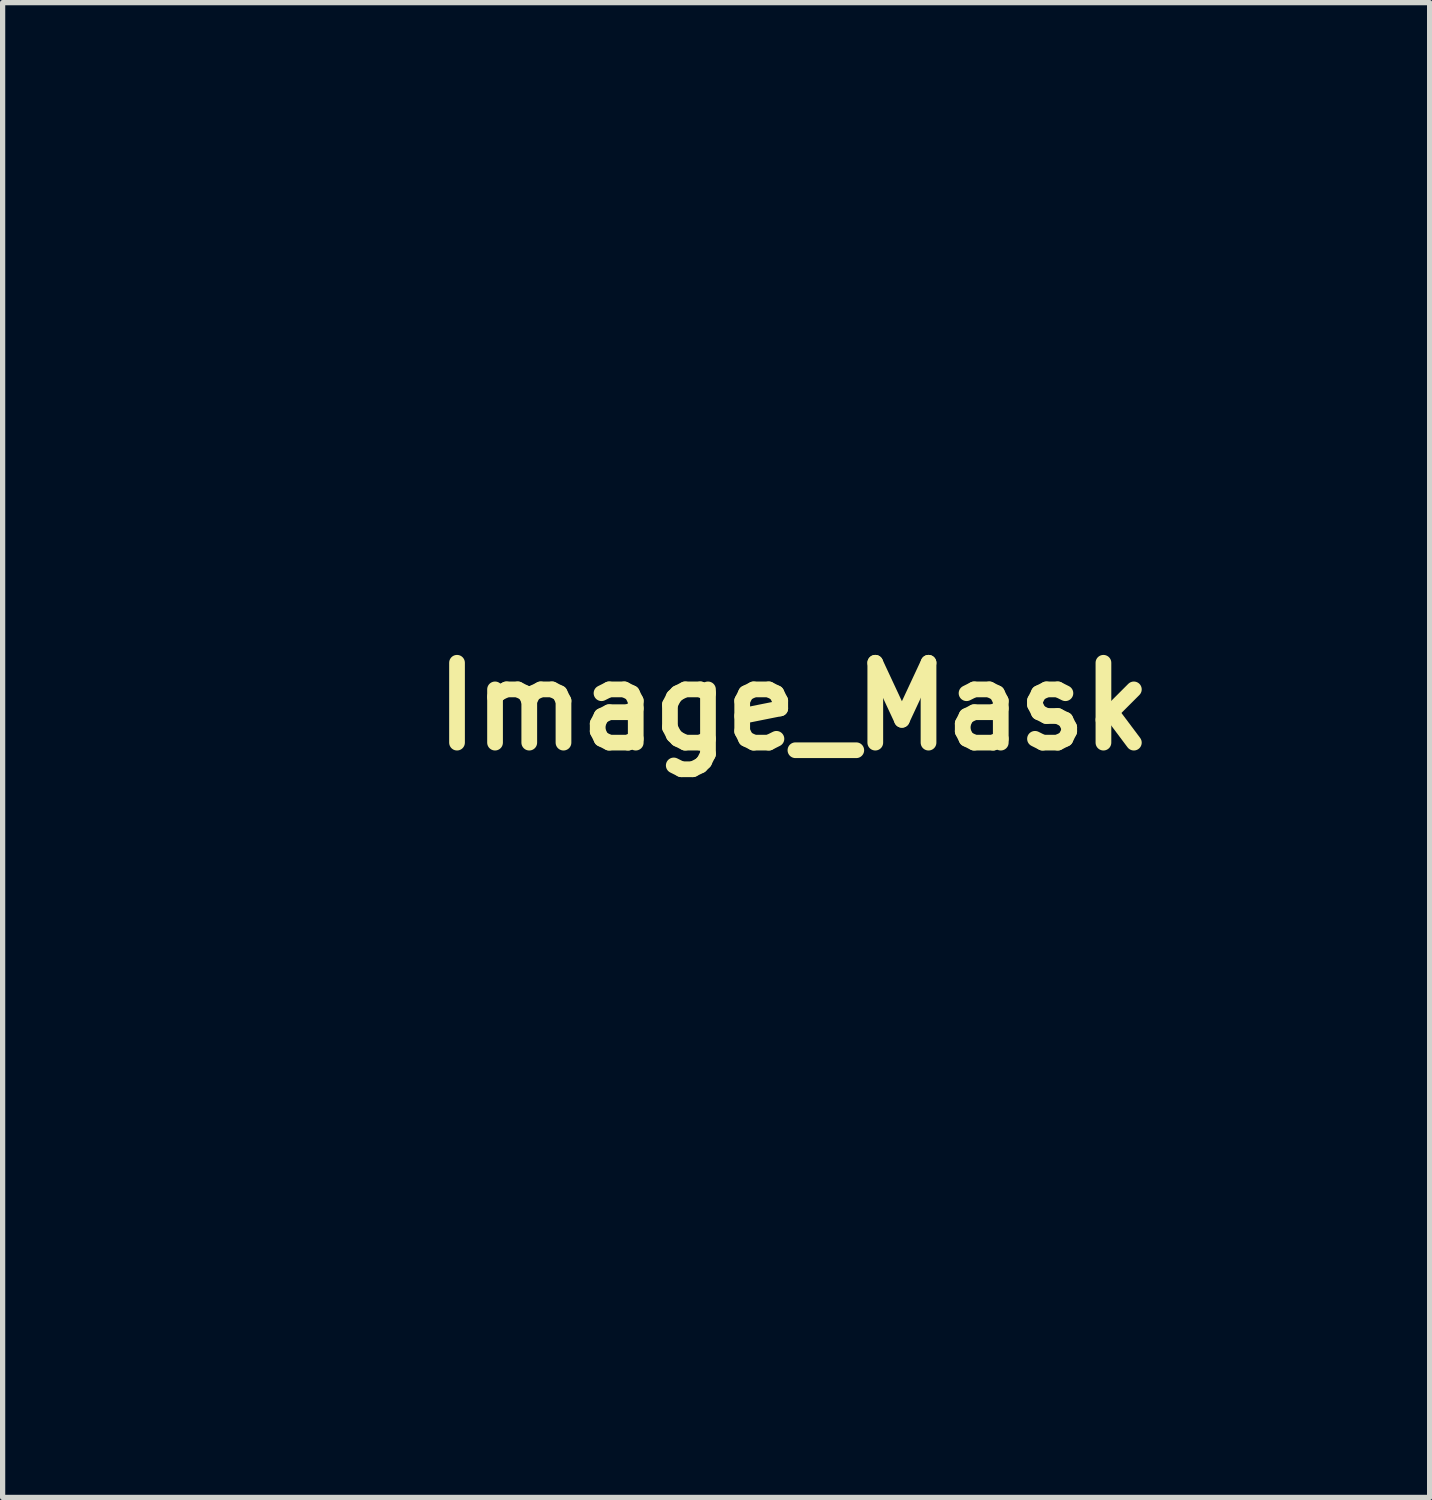
<source format=kicad_pcb>
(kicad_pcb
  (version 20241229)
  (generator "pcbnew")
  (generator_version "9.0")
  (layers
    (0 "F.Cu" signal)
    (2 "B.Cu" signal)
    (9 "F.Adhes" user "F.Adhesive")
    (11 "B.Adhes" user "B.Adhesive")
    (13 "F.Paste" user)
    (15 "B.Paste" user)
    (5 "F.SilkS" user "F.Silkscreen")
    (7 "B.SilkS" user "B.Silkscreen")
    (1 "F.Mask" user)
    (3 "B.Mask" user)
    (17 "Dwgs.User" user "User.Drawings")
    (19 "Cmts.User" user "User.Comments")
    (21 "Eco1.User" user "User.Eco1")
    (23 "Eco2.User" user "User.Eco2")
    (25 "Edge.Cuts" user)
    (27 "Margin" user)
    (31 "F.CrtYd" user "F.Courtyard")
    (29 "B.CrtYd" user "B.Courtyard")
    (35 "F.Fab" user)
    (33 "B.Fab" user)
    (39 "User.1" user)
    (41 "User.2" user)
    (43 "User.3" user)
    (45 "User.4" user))
  (footprint "Image_Mask"
    (layer "F.Cu")
    (at 12.095 10.434)
    (property "Reference" "Image_Mask" (at 0 0 0) (layer "F.SilkS") (effects (font (size 1.524 1.524) (thickness 0.3))))
    (attr through_hole)
    (fp_poly (pts (xy -11.786 3.912) (xy -11.836 3.962) (xy -11.887 3.912) (xy -11.836 3.861) (xy -11.786 3.912)) (stroke (width 0.01) (type solid)) (fill yes) (layer "F.Mask"))
    (fp_poly (pts (xy -8.738 12.04) (xy -8.788 12.09) (xy -8.839 12.04) (xy -8.788 11.989) (xy -8.738 12.04)) (stroke (width 0.01) (type solid)) (fill yes) (layer "F.Mask"))
    (fp_poly (pts (xy -6.807 2.896) (xy -6.858 2.946) (xy -6.909 2.896) (xy -6.858 2.845) (xy -6.807 2.896)) (stroke (width 0.01) (type solid)) (fill yes) (layer "F.Mask"))
    (fp_poly (pts (xy -6.706 4.318) (xy -6.756 4.369) (xy -6.807 4.318) (xy -6.756 4.267) (xy -6.706 4.318)) (stroke (width 0.01) (type solid)) (fill yes) (layer "F.Mask"))
    (fp_poly (pts (xy -6.604 5.639) (xy -6.655 5.69) (xy -6.706 5.639) (xy -6.655 5.588) (xy -6.604 5.639)) (stroke (width 0.01) (type solid)) (fill yes) (layer "F.Mask"))
    (fp_poly (pts (xy -6.198 6.858) (xy -6.248 6.909) (xy -6.299 6.858) (xy -6.248 6.807) (xy -6.198 6.858)) (stroke (width 0.01) (type solid)) (fill yes) (layer "F.Mask"))
    (fp_poly (pts (xy -5.994 9.398) (xy -6.045 9.449) (xy -6.096 9.398) (xy -6.045 9.347) (xy -5.994 9.398)) (stroke (width 0.01) (type solid)) (fill yes) (layer "F.Mask"))
    (fp_poly (pts (xy -5.893 7.366) (xy -5.944 7.417) (xy -5.994 7.366) (xy -5.944 7.315) (xy -5.893 7.366)) (stroke (width 0.01) (type solid)) (fill yes) (layer "F.Mask"))
    (fp_poly (pts (xy -5.791 5.74) (xy -5.842 5.791) (xy -5.893 5.74) (xy -5.842 5.69) (xy -5.791 5.74)) (stroke (width 0.01) (type solid)) (fill yes) (layer "F.Mask"))
    (fp_poly (pts (xy -5.283 10.414) (xy -5.334 10.465) (xy -5.385 10.414) (xy -5.334 10.363) (xy -5.283 10.414)) (stroke (width 0.01) (type solid)) (fill yes) (layer "F.Mask"))
    (fp_poly (pts (xy -5.08 12.04) (xy -5.131 12.09) (xy -5.182 12.04) (xy -5.131 11.989) (xy -5.08 12.04)) (stroke (width 0.01) (type solid)) (fill yes) (layer "F.Mask"))
    (fp_poly (pts (xy -4.674 8.687) (xy -4.724 8.738) (xy -4.775 8.687) (xy -4.724 8.636) (xy -4.674 8.687)) (stroke (width 0.01) (type solid)) (fill yes) (layer "F.Mask"))
    (fp_poly (pts (xy -4.369 -2.286) (xy -4.42 -2.235) (xy -4.47 -2.286) (xy -4.42 -2.337) (xy -4.369 -2.286)) (stroke (width 0.01) (type solid)) (fill yes) (layer "F.Mask"))
    (fp_poly (pts (xy -4.369 -1.88) (xy -4.42 -1.829) (xy -4.47 -1.88) (xy -4.42 -1.93) (xy -4.369 -1.88)) (stroke (width 0.01) (type solid)) (fill yes) (layer "F.Mask"))
    (fp_poly (pts (xy -3.861 -7.671) (xy -3.912 -7.62) (xy -3.962 -7.671) (xy -3.912 -7.722) (xy -3.861 -7.671)) (stroke (width 0.01) (type solid)) (fill yes) (layer "F.Mask"))
    (fp_poly (pts (xy -3.759 -1.473) (xy -3.81 -1.422) (xy -3.861 -1.473) (xy -3.81 -1.524) (xy -3.759 -1.473)) (stroke (width 0.01) (type solid)) (fill yes) (layer "F.Mask"))
    (fp_poly (pts (xy -3.658 -9.296) (xy -3.708 -9.246) (xy -3.759 -9.296) (xy -3.708 -9.347) (xy -3.658 -9.296)) (stroke (width 0.01) (type solid)) (fill yes) (layer "F.Mask"))
    (fp_poly (pts (xy -3.454 4.013) (xy -3.505 4.064) (xy -3.556 4.013) (xy -3.505 3.962) (xy -3.454 4.013)) (stroke (width 0.01) (type solid)) (fill yes) (layer "F.Mask"))
    (fp_poly (pts (xy -2.845 9.398) (xy -2.896 9.449) (xy -2.946 9.398) (xy -2.896 9.347) (xy -2.845 9.398)) (stroke (width 0.01) (type solid)) (fill yes) (layer "F.Mask"))
    (fp_poly (pts (xy -2.438 -9.906) (xy -2.489 -9.855) (xy -2.54 -9.906) (xy -2.489 -9.957) (xy -2.438 -9.906)) (stroke (width 0.01) (type solid)) (fill yes) (layer "F.Mask"))
    (fp_poly (pts (xy -1.626 -6.35) (xy -1.676 -6.299) (xy -1.727 -6.35) (xy -1.676 -6.401) (xy -1.626 -6.35)) (stroke (width 0.01) (type solid)) (fill yes) (layer "F.Mask"))
    (fp_poly (pts (xy -1.524 -6.756) (xy -1.575 -6.706) (xy -1.626 -6.756) (xy -1.575 -6.807) (xy -1.524 -6.756)) (stroke (width 0.01) (type solid)) (fill yes) (layer "F.Mask"))
    (fp_poly (pts (xy -0.406 -6.96) (xy -0.457 -6.909) (xy -0.508 -6.96) (xy -0.457 -7.01) (xy -0.406 -6.96)) (stroke (width 0.01) (type solid)) (fill yes) (layer "F.Mask"))
    (fp_poly (pts (xy -0.102 -2.591) (xy -0.152 -2.54) (xy -0.203 -2.591) (xy -0.152 -2.642) (xy -0.102 -2.591)) (stroke (width 0.01) (type solid)) (fill yes) (layer "F.Mask"))
    (fp_poly (pts (xy 0.102 10.516) (xy 0.051 10.566) (xy 0 10.516) (xy 0.051 10.465) (xy 0.102 10.516)) (stroke (width 0.01) (type solid)) (fill yes) (layer "F.Mask"))
    (fp_poly (pts (xy 1.219 2.896) (xy 1.168 2.946) (xy 1.118 2.896) (xy 1.168 2.845) (xy 1.219 2.896)) (stroke (width 0.01) (type solid)) (fill yes) (layer "F.Mask"))
    (fp_poly (pts (xy 1.727 -9.398) (xy 1.676 -9.347) (xy 1.626 -9.398) (xy 1.676 -9.449) (xy 1.727 -9.398)) (stroke (width 0.01) (type solid)) (fill yes) (layer "F.Mask"))
    (fp_poly (pts (xy 2.438 -7.874) (xy 2.388 -7.823) (xy 2.337 -7.874) (xy 2.388 -7.925) (xy 2.438 -7.874)) (stroke (width 0.01) (type solid)) (fill yes) (layer "F.Mask"))
    (fp_poly (pts (xy 2.845 4.216) (xy 2.794 4.267) (xy 2.743 4.216) (xy 2.794 4.166) (xy 2.845 4.216)) (stroke (width 0.01) (type solid)) (fill yes) (layer "F.Mask"))
    (fp_poly (pts (xy 2.845 9.703) (xy 2.794 9.754) (xy 2.743 9.703) (xy 2.794 9.652) (xy 2.845 9.703)) (stroke (width 0.01) (type solid)) (fill yes) (layer "F.Mask"))
    (fp_poly (pts (xy 2.946 10.008) (xy 2.896 10.058) (xy 2.845 10.008) (xy 2.896 9.957) (xy 2.946 10.008)) (stroke (width 0.01) (type solid)) (fill yes) (layer "F.Mask"))
    (fp_poly (pts (xy 3.454 6.756) (xy 3.404 6.807) (xy 3.353 6.756) (xy 3.404 6.706) (xy 3.454 6.756)) (stroke (width 0.01) (type solid)) (fill yes) (layer "F.Mask"))
    (fp_poly (pts (xy 3.556 11.024) (xy 3.505 11.074) (xy 3.454 11.024) (xy 3.505 10.973) (xy 3.556 11.024)) (stroke (width 0.01) (type solid)) (fill yes) (layer "F.Mask"))
    (fp_poly (pts (xy 3.658 -8.788) (xy 3.607 -8.738) (xy 3.556 -8.788) (xy 3.607 -8.839) (xy 3.658 -8.788)) (stroke (width 0.01) (type solid)) (fill yes) (layer "F.Mask"))
    (fp_poly (pts (xy 4.166 8.179) (xy 4.115 8.23) (xy 4.064 8.179) (xy 4.115 8.128) (xy 4.166 8.179)) (stroke (width 0.01) (type solid)) (fill yes) (layer "F.Mask"))
    (fp_poly (pts (xy 4.166 10.312) (xy 4.115 10.363) (xy 4.064 10.312) (xy 4.115 10.262) (xy 4.166 10.312)) (stroke (width 0.01) (type solid)) (fill yes) (layer "F.Mask"))
    (fp_poly (pts (xy 4.267 10.516) (xy 4.216 10.566) (xy 4.166 10.516) (xy 4.216 10.465) (xy 4.267 10.516)) (stroke (width 0.01) (type solid)) (fill yes) (layer "F.Mask"))
    (fp_poly (pts (xy 4.369 4.318) (xy 4.318 4.369) (xy 4.267 4.318) (xy 4.318 4.267) (xy 4.369 4.318)) (stroke (width 0.01) (type solid)) (fill yes) (layer "F.Mask"))
    (fp_poly (pts (xy 4.674 9.601) (xy 4.623 9.652) (xy 4.572 9.601) (xy 4.623 9.55) (xy 4.674 9.601)) (stroke (width 0.01) (type solid)) (fill yes) (layer "F.Mask"))
    (fp_poly (pts (xy 5.588 -7.061) (xy 5.537 -7.01) (xy 5.486 -7.061) (xy 5.537 -7.112) (xy 5.588 -7.061)) (stroke (width 0.01) (type solid)) (fill yes) (layer "F.Mask"))
    (fp_poly (pts (xy 5.69 -4.724) (xy 5.639 -4.674) (xy 5.588 -4.724) (xy 5.639 -4.775) (xy 5.69 -4.724)) (stroke (width 0.01) (type solid)) (fill yes) (layer "F.Mask"))
    (fp_poly (pts (xy 5.69 -4.013) (xy 5.639 -3.962) (xy 5.588 -4.013) (xy 5.639 -4.064) (xy 5.69 -4.013)) (stroke (width 0.01) (type solid)) (fill yes) (layer "F.Mask"))
    (fp_poly (pts (xy 5.791 9.906) (xy 5.74 9.957) (xy 5.69 9.906) (xy 5.74 9.855) (xy 5.791 9.906)) (stroke (width 0.01) (type solid)) (fill yes) (layer "F.Mask"))
    (fp_poly (pts (xy 5.893 -6.35) (xy 5.842 -6.299) (xy 5.791 -6.35) (xy 5.842 -6.401) (xy 5.893 -6.35)) (stroke (width 0.01) (type solid)) (fill yes) (layer "F.Mask"))
    (fp_poly (pts (xy 6.096 -6.756) (xy 6.045 -6.706) (xy 5.994 -6.756) (xy 6.045 -6.807) (xy 6.096 -6.756)) (stroke (width 0.01) (type solid)) (fill yes) (layer "F.Mask"))
    (fp_poly (pts (xy 6.198 -6.553) (xy 6.147 -6.502) (xy 6.096 -6.553) (xy 6.147 -6.604) (xy 6.198 -6.553)) (stroke (width 0.01) (type solid)) (fill yes) (layer "F.Mask"))
    (fp_poly (pts (xy 6.299 -5.436) (xy 6.248 -5.385) (xy 6.198 -5.436) (xy 6.248 -5.486) (xy 6.299 -5.436)) (stroke (width 0.01) (type solid)) (fill yes) (layer "F.Mask"))
    (fp_poly (pts (xy 6.401 -5.131) (xy 6.35 -5.08) (xy 6.299 -5.131) (xy 6.35 -5.182) (xy 6.401 -5.131)) (stroke (width 0.01) (type solid)) (fill yes) (layer "F.Mask"))
    (fp_poly (pts (xy 6.807 10.312) (xy 6.756 10.363) (xy 6.706 10.312) (xy 6.756 10.262) (xy 6.807 10.312)) (stroke (width 0.01) (type solid)) (fill yes) (layer "F.Mask"))
    (fp_poly (pts (xy 6.909 10.008) (xy 6.858 10.058) (xy 6.807 10.008) (xy 6.858 9.957) (xy 6.909 10.008)) (stroke (width 0.01) (type solid)) (fill yes) (layer "F.Mask"))
    (fp_poly (pts (xy 7.01 -0.965) (xy 6.96 -0.914) (xy 6.909 -0.965) (xy 6.96 -1.016) (xy 7.01 -0.965)) (stroke (width 0.01) (type solid)) (fill yes) (layer "F.Mask"))
    (fp_poly (pts (xy 7.214 -2.692) (xy 7.163 -2.642) (xy 7.112 -2.692) (xy 7.163 -2.743) (xy 7.214 -2.692)) (stroke (width 0.01) (type solid)) (fill yes) (layer "F.Mask"))
    (fp_poly (pts (xy 7.214 -1.88) (xy 7.163 -1.829) (xy 7.112 -1.88) (xy 7.163 -1.93) (xy 7.214 -1.88)) (stroke (width 0.01) (type solid)) (fill yes) (layer "F.Mask"))
    (fp_poly (pts (xy 7.214 -1.676) (xy 7.163 -1.626) (xy 7.112 -1.676) (xy 7.163 -1.727) (xy 7.214 -1.676)) (stroke (width 0.01) (type solid)) (fill yes) (layer "F.Mask"))
    (fp_poly (pts (xy -9.076 11.616) (xy -9.064 11.737) (xy -9.076 11.752) (xy -9.137 11.738) (xy -9.144 11.684) (xy -9.107 11.6) (xy -9.076 11.616)) (stroke (width 0.01) (type solid)) (fill yes) (layer "F.Mask"))
    (fp_poly (pts (xy -6.943 5.52) (xy -6.957 5.581) (xy -7.01 5.588) (xy -7.094 5.551) (xy -7.078 5.52) (xy -6.958 5.508) (xy -6.943 5.52)) (stroke (width 0.01) (type solid)) (fill yes) (layer "F.Mask"))
    (fp_poly (pts (xy -6.333 8.365) (xy -6.321 8.486) (xy -6.333 8.501) (xy -6.393 8.487) (xy -6.401 8.433) (xy -6.364 8.349) (xy -6.333 8.365)) (stroke (width 0.01) (type solid)) (fill yes) (layer "F.Mask"))
    (fp_poly (pts (xy -6.028 8.06) (xy -6.042 8.121) (xy -6.096 8.128) (xy -6.18 8.091) (xy -6.164 8.06) (xy -6.043 8.048) (xy -6.028 8.06)) (stroke (width 0.01) (type solid)) (fill yes) (layer "F.Mask"))
    (fp_poly (pts (xy -6.028 8.263) (xy -6.016 8.384) (xy -6.028 8.399) (xy -6.089 8.385) (xy -6.096 8.331) (xy -6.059 8.248) (xy -6.028 8.263)) (stroke (width 0.01) (type solid)) (fill yes) (layer "F.Mask"))
    (fp_poly (pts (xy -5.825 8.568) (xy -5.813 8.689) (xy -5.825 8.704) (xy -5.885 8.69) (xy -5.893 8.636) (xy -5.856 8.552) (xy -5.825 8.568)) (stroke (width 0.01) (type solid)) (fill yes) (layer "F.Mask"))
    (fp_poly (pts (xy -5.723 5.927) (xy -5.737 5.987) (xy -5.791 5.994) (xy -5.875 5.957) (xy -5.859 5.927) (xy -5.738 5.915) (xy -5.723 5.927)) (stroke (width 0.01) (type solid)) (fill yes) (layer "F.Mask"))
    (fp_poly (pts (xy -5.723 6.435) (xy -5.711 6.555) (xy -5.723 6.57) (xy -5.784 6.556) (xy -5.791 6.502) (xy -5.754 6.419) (xy -5.723 6.435)) (stroke (width 0.01) (type solid)) (fill yes) (layer "F.Mask"))
    (fp_poly (pts (xy -4.199 11.108) (xy -4.187 11.229) (xy -4.199 11.244) (xy -4.26 11.23) (xy -4.267 11.176) (xy -4.23 11.092) (xy -4.199 11.108)) (stroke (width 0.01) (type solid)) (fill yes) (layer "F.Mask"))
    (fp_poly (pts (xy -1.761 -6.164) (xy -1.749 -6.043) (xy -1.761 -6.028) (xy -1.821 -6.042) (xy -1.829 -6.096) (xy -1.792 -6.18) (xy -1.761 -6.164)) (stroke (width 0.01) (type solid)) (fill yes) (layer "F.Mask"))
    (fp_poly (pts (xy -0.948 -9.009) (xy -0.936 -8.888) (xy -0.948 -8.873) (xy -1.009 -8.887) (xy -1.016 -8.941) (xy -0.979 -9.024) (xy -0.948 -9.009)) (stroke (width 0.01) (type solid)) (fill yes) (layer "F.Mask"))
    (fp_poly (pts (xy -0.948 -6.57) (xy -0.936 -6.45) (xy -0.948 -6.435) (xy -1.009 -6.449) (xy -1.016 -6.502) (xy -0.979 -6.586) (xy -0.948 -6.57)) (stroke (width 0.01) (type solid)) (fill yes) (layer "F.Mask"))
    (fp_poly (pts (xy -0.847 2.98) (xy -0.835 3.101) (xy -0.847 3.116) (xy -0.907 3.102) (xy -0.914 3.048) (xy -0.877 2.964) (xy -0.847 2.98)) (stroke (width 0.01) (type solid)) (fill yes) (layer "F.Mask"))
    (fp_poly (pts (xy -0.845 -6.217) (xy -0.833 -6.058) (xy -0.853 -6.022) (xy -0.899 -6.052) (xy -0.906 -6.155) (xy -0.882 -6.264) (xy -0.845 -6.217)) (stroke (width 0.01) (type solid)) (fill yes) (layer "F.Mask"))
    (fp_poly (pts (xy -0.339 3.387) (xy -0.353 3.447) (xy -0.406 3.454) (xy -0.49 3.417) (xy -0.474 3.387) (xy -0.354 3.375) (xy -0.339 3.387)) (stroke (width 0.01) (type solid)) (fill yes) (layer "F.Mask"))
    (fp_poly (pts (xy 0.273 9.633) (xy 0.285 9.792) (xy 0.265 9.828) (xy 0.218 9.797) (xy 0.211 9.694) (xy 0.236 9.586) (xy 0.273 9.633)) (stroke (width 0.01) (type solid)) (fill yes) (layer "F.Mask"))
    (fp_poly (pts (xy 0.576 11.616) (xy 0.588 11.737) (xy 0.576 11.752) (xy 0.515 11.738) (xy 0.508 11.684) (xy 0.545 11.6) (xy 0.576 11.616)) (stroke (width 0.01) (type solid)) (fill yes) (layer "F.Mask"))
    (fp_poly (pts (xy 1.084 6.231) (xy 1.096 6.352) (xy 1.084 6.367) (xy 1.023 6.353) (xy 1.016 6.299) (xy 1.053 6.216) (xy 1.084 6.231)) (stroke (width 0.01) (type solid)) (fill yes) (layer "F.Mask"))
    (fp_poly (pts (xy 1.801 -9.713) (xy 1.771 -9.667) (xy 1.668 -9.66) (xy 1.56 -9.685) (xy 1.607 -9.721) (xy 1.765 -9.734) (xy 1.801 -9.713)) (stroke (width 0.01) (type solid)) (fill yes) (layer "F.Mask"))
    (fp_poly (pts (xy 4.03 -5.004) (xy 4.043 -4.796) (xy 4.03 -4.75) (xy 3.993 -4.737) (xy 3.978 -4.877) (xy 3.994 -5.021) (xy 4.03 -5.004)) (stroke (width 0.01) (type solid)) (fill yes) (layer "F.Mask"))
    (fp_poly (pts (xy 4.437 10.803) (xy 4.449 10.924) (xy 4.437 10.939) (xy 4.376 10.925) (xy 4.369 10.871) (xy 4.406 10.788) (xy 4.437 10.803)) (stroke (width 0.01) (type solid)) (fill yes) (layer "F.Mask"))
    (fp_poly (pts (xy 6.164 10.092) (xy 6.176 10.213) (xy 6.164 10.228) (xy 6.103 10.214) (xy 6.096 10.16) (xy 6.133 10.076) (xy 6.164 10.092)) (stroke (width 0.01) (type solid)) (fill yes) (layer "F.Mask"))
    (fp_poly (pts (xy 6.877 9.633) (xy 6.889 9.792) (xy 6.869 9.828) (xy 6.822 9.797) (xy 6.815 9.694) (xy 6.84 9.586) (xy 6.877 9.633)) (stroke (width 0.01) (type solid)) (fill yes) (layer "F.Mask"))
    (fp_poly (pts (xy 7.078 -1.389) (xy 7.09 -1.268) (xy 7.078 -1.253) (xy 7.018 -1.267) (xy 7.01 -1.321) (xy 7.048 -1.404) (xy 7.078 -1.389)) (stroke (width 0.01) (type solid)) (fill yes) (layer "F.Mask"))
    (fp_poly (pts (xy 7.078 10.092) (xy 7.09 10.213) (xy 7.078 10.228) (xy 7.018 10.214) (xy 7.01 10.16) (xy 7.048 10.076) (xy 7.078 10.092)) (stroke (width 0.01) (type solid)) (fill yes) (layer "F.Mask"))
    (fp_poly (pts (xy 7.078 10.905) (xy 7.09 11.026) (xy 7.078 11.041) (xy 7.018 11.027) (xy 7.01 10.973) (xy 7.048 10.889) (xy 7.078 10.905)) (stroke (width 0.01) (type solid)) (fill yes) (layer "F.Mask"))
    (fp_poly (pts (xy 7.689 11.157) (xy 7.702 11.316) (xy 7.681 11.352) (xy 7.635 11.321) (xy 7.628 11.218) (xy 7.653 11.11) (xy 7.689 11.157)) (stroke (width 0.01) (type solid)) (fill yes) (layer "F.Mask"))
    (fp_poly (pts (xy -9.7 2.966) (xy -9.731 3.042) (xy -9.825 3.092) (xy -9.944 3.123) (xy -9.895 3.049) (xy -9.882 3.035) (xy -9.749 2.955) (xy -9.7 2.966)) (stroke (width 0.01) (type solid)) (fill yes) (layer "F.Mask"))
    (fp_poly (pts (xy -8.351 11.658) (xy -8.251 11.745) (xy -8.186 11.86) (xy -8.22 11.887) (xy -8.36 11.813) (xy -8.386 11.779) (xy -8.428 11.653) (xy -8.351 11.658)) (stroke (width 0.01) (type solid)) (fill yes) (layer "F.Mask"))
    (fp_poly (pts (xy -4.733 -2.349) (xy -4.746 -2.235) (xy -4.813 -2.059) (xy -4.864 -2.062) (xy -4.877 -2.178) (xy -4.821 -2.347) (xy -4.785 -2.382) (xy -4.733 -2.349)) (stroke (width 0.01) (type solid)) (fill yes) (layer "F.Mask"))
    (fp_poly (pts (xy -3.703 -5.012) (xy -3.72 -4.933) (xy -3.802 -4.79) (xy -3.855 -4.814) (xy -3.861 -4.871) (xy -3.787 -5.009) (xy -3.76 -5.028) (xy -3.703 -5.012)) (stroke (width 0.01) (type solid)) (fill yes) (layer "F.Mask"))
    (fp_poly (pts (xy -3.47 -9.306) (xy -3.362 -9.212) (xy -3.353 -9.189) (xy -3.401 -9.147) (xy -3.501 -9.241) (xy -3.515 -9.261) (xy -3.527 -9.331) (xy -3.47 -9.306)) (stroke (width 0.01) (type solid)) (fill yes) (layer "F.Mask"))
    (fp_poly (pts (xy -2.373 -6.551) (xy -2.481 -6.424) (xy -2.606 -6.31) (xy -2.603 -6.347) (xy -2.53 -6.472) (xy -2.414 -6.622) (xy -2.347 -6.648) (xy -2.373 -6.551)) (stroke (width 0.01) (type solid)) (fill yes) (layer "F.Mask"))
    (fp_poly (pts (xy 0.057 10.049) (xy 0.068 10.114) (xy 0.046 10.252) (xy -0.028 10.196) (xy -0.046 10.167) (xy -0.041 10.039) (xy -0.019 10.019) (xy 0.057 10.049)) (stroke (width 0.01) (type solid)) (fill yes) (layer "F.Mask"))
    (fp_poly (pts (xy 0.456 10.06) (xy 0.348 10.144) (xy 0.231 10.158) (xy 0.203 10.12) (xy 0.283 10.055) (xy 0.361 10.02) (xy 0.466 10.013) (xy 0.456 10.06)) (stroke (width 0.01) (type solid)) (fill yes) (layer "F.Mask"))
    (fp_poly (pts (xy 3.134 8.372) (xy 3.242 8.467) (xy 3.251 8.49) (xy 3.203 8.531) (xy 3.103 8.438) (xy 3.089 8.417) (xy 3.077 8.348) (xy 3.134 8.372)) (stroke (width 0.01) (type solid)) (fill yes) (layer "F.Mask"))
    (fp_poly (pts (xy 4.52 -0.405) (xy 4.412 -0.321) (xy 4.295 -0.307) (xy 4.267 -0.345) (xy 4.347 -0.41) (xy 4.425 -0.445) (xy 4.53 -0.452) (xy 4.52 -0.405)) (stroke (width 0.01) (type solid)) (fill yes) (layer "F.Mask"))
    (fp_poly (pts (xy -9.961 5.052) (xy -9.957 5.08) (xy -9.991 5.179) (xy -10.002 5.182) (xy -10.088 5.11) (xy -10.109 5.08) (xy -10.101 4.986) (xy -10.064 4.978) (xy -9.961 5.052)) (stroke (width 0.01) (type solid)) (fill yes) (layer "F.Mask"))
    (fp_poly (pts (xy -7.315 5.232) (xy -7.218 5.324) (xy -7.214 5.34) (xy -7.292 5.384) (xy -7.315 5.385) (xy -7.413 5.307) (xy -7.417 5.277) (xy -7.355 5.217) (xy -7.315 5.232)) (stroke (width 0.01) (type solid)) (fill yes) (layer "F.Mask"))
    (fp_poly (pts (xy -6.404 6.885) (xy -6.401 6.909) (xy -6.478 7.007) (xy -6.502 7.01) (xy -6.601 6.933) (xy -6.604 6.909) (xy -6.527 6.81) (xy -6.502 6.807) (xy -6.404 6.885)) (stroke (width 0.01) (type solid)) (fill yes) (layer "F.Mask"))
    (fp_poly (pts (xy -5.994 5.436) (xy -5.897 5.527) (xy -5.893 5.543) (xy -5.971 5.587) (xy -5.994 5.588) (xy -6.092 5.51) (xy -6.096 5.48) (xy -6.034 5.42) (xy -5.994 5.436)) (stroke (width 0.01) (type solid)) (fill yes) (layer "F.Mask"))
    (fp_poly (pts (xy -5.693 8.307) (xy -5.69 8.331) (xy -5.767 8.43) (xy -5.791 8.433) (xy -5.89 8.355) (xy -5.893 8.331) (xy -5.815 8.233) (xy -5.791 8.23) (xy -5.693 8.307)) (stroke (width 0.01) (type solid)) (fill yes) (layer "F.Mask"))
    (fp_poly (pts (xy -3.15 9.093) (xy -3.053 9.184) (xy -3.048 9.201) (xy -3.127 9.244) (xy -3.15 9.246) (xy -3.247 9.167) (xy -3.251 9.138) (xy -3.189 9.077) (xy -3.15 9.093)) (stroke (width 0.01) (type solid)) (fill yes) (layer "F.Mask"))
    (fp_poly (pts (xy -2.673 -7.859) (xy -2.692 -7.823) (xy -2.788 -7.726) (xy -2.806 -7.722) (xy -2.813 -7.787) (xy -2.794 -7.823) (xy -2.698 -7.92) (xy -2.68 -7.925) (xy -2.673 -7.859)) (stroke (width 0.01) (type solid)) (fill yes) (layer "F.Mask"))
    (fp_poly (pts (xy -2.646 9.624) (xy -2.642 9.652) (xy -2.676 9.751) (xy -2.686 9.754) (xy -2.773 9.682) (xy -2.794 9.652) (xy -2.786 9.558) (xy -2.749 9.55) (xy -2.646 9.624)) (stroke (width 0.01) (type solid)) (fill yes) (layer "F.Mask"))
    (fp_poly (pts (xy -2.369 -6.132) (xy -2.388 -6.096) (xy -2.483 -5.999) (xy -2.501 -5.994) (xy -2.508 -6.06) (xy -2.489 -6.096) (xy -2.393 -6.193) (xy -2.376 -6.198) (xy -2.369 -6.132)) (stroke (width 0.01) (type solid)) (fill yes) (layer "F.Mask"))
    (fp_poly (pts (xy -2.356 7.47) (xy -2.337 7.518) (xy -2.41 7.617) (xy -2.432 7.62) (xy -2.57 7.546) (xy -2.591 7.518) (xy -2.568 7.431) (xy -2.495 7.417) (xy -2.356 7.47)) (stroke (width 0.01) (type solid)) (fill yes) (layer "F.Mask"))
    (fp_poly (pts (xy -1.353 -5.827) (xy -1.372 -5.791) (xy -1.467 -5.694) (xy -1.485 -5.69) (xy -1.492 -5.755) (xy -1.473 -5.791) (xy -1.377 -5.888) (xy -1.36 -5.893) (xy -1.353 -5.827)) (stroke (width 0.01) (type solid)) (fill yes) (layer "F.Mask"))
    (fp_poly (pts (xy -1.338 -7.366) (xy -1.363 -7.266) (xy -1.501 -7.099) (xy -1.516 -7.084) (xy -1.752 -6.858) (xy -1.573 -7.141) (xy -1.438 -7.316) (xy -1.344 -7.37) (xy -1.338 -7.366)) (stroke (width 0.01) (type solid)) (fill yes) (layer "F.Mask"))
    (fp_poly (pts (xy -0.491 -5.329) (xy -0.389 -5.199) (xy -0.326 -5.036) (xy -0.329 -4.957) (xy -0.397 -4.925) (xy -0.499 -5.064) (xy -0.578 -5.254) (xy -0.582 -5.345) (xy -0.491 -5.329)) (stroke (width 0.01) (type solid)) (fill yes) (layer "F.Mask"))
    (fp_poly (pts (xy 0.679 10.112) (xy 0.623 10.185) (xy 0.474 10.343) (xy 0.408 10.343) (xy 0.406 10.325) (xy 0.476 10.24) (xy 0.584 10.147) (xy 0.705 10.059) (xy 0.679 10.112)) (stroke (width 0.01) (type solid)) (fill yes) (layer "F.Mask"))
    (fp_poly (pts (xy 3.251 4.169) (xy 3.169 4.256) (xy 3.099 4.267) (xy 2.963 4.245) (xy 2.946 4.227) (xy 3.026 4.162) (xy 3.099 4.129) (xy 3.23 4.127) (xy 3.251 4.169)) (stroke (width 0.01) (type solid)) (fill yes) (layer "F.Mask"))
    (fp_poly (pts (xy 4.165 -5.628) (xy 4.166 -5.56) (xy 4.129 -5.337) (xy 4.06 -5.23) (xy 3.998 -5.256) (xy 4.023 -5.452) (xy 4.097 -5.711) (xy 4.144 -5.77) (xy 4.165 -5.628)) (stroke (width 0.01) (type solid)) (fill yes) (layer "F.Mask"))
    (fp_poly (pts (xy 5.791 -6.655) (xy 5.888 -6.564) (xy 5.893 -6.547) (xy 5.814 -6.504) (xy 5.791 -6.502) (xy 5.694 -6.581) (xy 5.69 -6.61) (xy 5.752 -6.671) (xy 5.791 -6.655)) (stroke (width 0.01) (type solid)) (fill yes) (layer "F.Mask"))
    (fp_poly (pts (xy 6.467 10.425) (xy 6.452 10.465) (xy 6.36 10.562) (xy 6.344 10.566) (xy 6.3 10.488) (xy 6.299 10.465) (xy 6.377 10.367) (xy 6.407 10.363) (xy 6.467 10.425)) (stroke (width 0.01) (type solid)) (fill yes) (layer "F.Mask"))
    (fp_poly (pts (xy 6.877 -0.178) (xy 6.893 0.08) (xy 6.877 0.178) (xy 6.848 0.209) (xy 6.832 0.069) (xy 6.831 0) (xy 6.841 -0.185) (xy 6.868 -0.207) (xy 6.877 -0.178)) (stroke (width 0.01) (type solid)) (fill yes) (layer "F.Mask"))
    (fp_poly (pts (xy 7.187 10.527) (xy 7.112 10.668) (xy 7.033 10.763) (xy 7.012 10.672) (xy 7.012 10.649) (xy 7.064 10.465) (xy 7.112 10.414) (xy 7.202 10.406) (xy 7.187 10.527)) (stroke (width 0.01) (type solid)) (fill yes) (layer "F.Mask"))
    (fp_poly (pts (xy 7.211 9.612) (xy 7.214 9.686) (xy 7.181 9.885) (xy 7.113 9.957) (xy 7.044 9.874) (xy 7.042 9.756) (xy 7.101 9.543) (xy 7.168 9.491) (xy 7.211 9.612)) (stroke (width 0.01) (type solid)) (fill yes) (layer "F.Mask"))
    (fp_poly (pts (xy -3.483 -7.66) (xy -3.553 -7.518) (xy -3.679 -7.288) (xy -3.741 -7.223) (xy -3.759 -7.304) (xy -3.759 -7.337) (xy -3.687 -7.525) (xy -3.59 -7.633) (xy -3.48 -7.714) (xy -3.483 -7.66)) (stroke (width 0.01) (type solid)) (fill yes) (layer "F.Mask"))
    (fp_poly (pts (xy 4.77 10.071) (xy 4.781 10.104) (xy 4.832 10.328) (xy 4.83 10.442) (xy 4.784 10.411) (xy 4.737 10.308) (xy 4.685 10.061) (xy 4.682 9.974) (xy 4.711 9.938) (xy 4.77 10.071)) (stroke (width 0.01) (type solid)) (fill yes) (layer "F.Mask"))
    (fp_poly (pts (xy -6.737 5.828) (xy -6.732 5.833) (xy -6.732 5.947) (xy -6.752 5.988) (xy -6.88 6.078) (xy -7.034 6.087) (xy -7.112 6.01) (xy -7.112 6.005) (xy -7.032 5.901) (xy -6.869 5.825) (xy -6.737 5.828)) (stroke (width 0.01) (type solid)) (fill yes) (layer "F.Mask"))
    (fp_poly (pts (xy -3.183 -5.818) (xy -3.193 -5.608) (xy -3.207 -5.522) (xy -3.273 -5.212) (xy -3.319 -5.103) (xy -3.346 -5.194) (xy -3.353 -5.413) (xy -3.325 -5.673) (xy -3.258 -5.835) (xy -3.245 -5.846) (xy -3.183 -5.818)) (stroke (width 0.01) (type solid)) (fill yes) (layer "F.Mask"))
    (fp_poly (pts (xy 1.009 -9.185) (xy 0.982 -9.103) (xy 0.852 -9.001) (xy 0.704 -8.943) (xy 0.692 -8.942) (xy 0.579 -9.012) (xy 0.566 -9.031) (xy 0.604 -9.113) (xy 0.753 -9.184) (xy 0.923 -9.212) (xy 1.009 -9.185)) (stroke (width 0.01) (type solid)) (fill yes) (layer "F.Mask"))
    (fp_poly (pts (xy -5.733 9.057) (xy -5.615 9.315) (xy -5.615 9.562) (xy -5.657 9.906) (xy -5.673 9.582) (xy -5.714 9.338) (xy -5.789 9.196) (xy -5.791 9.195) (xy -5.889 9.048) (xy -5.893 9.015) (xy -5.839 8.977) (xy -5.733 9.057)) (stroke (width 0.01) (type solid)) (fill yes) (layer "F.Mask"))
    (fp_poly (pts (xy -5.42 9.929) (xy -5.436 10.097) (xy -5.53 10.282) (xy -5.644 10.423) (xy -5.686 10.399) (xy -5.69 10.335) (xy -5.641 10.186) (xy -5.588 10.16) (xy -5.498 10.076) (xy -5.478 9.982) (xy -5.452 9.888) (xy -5.42 9.929)) (stroke (width 0.01) (type solid)) (fill yes) (layer "F.Mask"))
    (fp_poly (pts (xy -2.095 -7.541) (xy -2.071 -7.376) (xy -2.095 -7.172) (xy -2.162 -7.007) (xy -2.216 -6.962) (xy -2.307 -6.984) (xy -2.323 -7.169) (xy -2.318 -7.232) (xy -2.264 -7.466) (xy -2.177 -7.589) (xy -2.173 -7.59) (xy -2.095 -7.541)) (stroke (width 0.01) (type solid)) (fill yes) (layer "F.Mask"))
    (fp_poly (pts (xy 3.855 -6.995) (xy 3.925 -6.771) (xy 4.008 -6.451) (xy 4.027 -6.261) (xy 3.986 -6.221) (xy 3.886 -6.354) (xy 3.869 -6.385) (xy 3.793 -6.633) (xy 3.766 -6.928) (xy 3.775 -7.109) (xy 3.799 -7.137) (xy 3.855 -6.995)) (stroke (width 0.01) (type solid)) (fill yes) (layer "F.Mask"))
    (fp_poly (pts (xy -3.965 -1.356) (xy -3.964 -1.304) (xy -3.998 -0.971) (xy -4.092 -0.761) (xy -4.189 -0.711) (xy -4.223 -0.771) (xy -4.167 -0.862) (xy -4.085 -1.053) (xy -4.094 -1.151) (xy -4.092 -1.351) (xy -4.056 -1.432) (xy -3.99 -1.486) (xy -3.965 -1.356)) (stroke (width 0.01) (type solid)) (fill yes) (layer "F.Mask"))
    (fp_poly (pts (xy 6.539 9.888) (xy 6.59 9.997) (xy 6.586 10.025) (xy 6.506 10.18) (xy 6.389 10.24) (xy 6.306 10.179) (xy 6.299 10.126) (xy 6.226 9.959) (xy 6.172 9.922) (xy 6.165 9.885) (xy 6.322 9.864) (xy 6.332 9.863) (xy 6.539 9.888)) (stroke (width 0.01) (type solid)) (fill yes) (layer "F.Mask"))
    (fp_poly (pts (xy -0.126 -8.036) (xy -0.075 -7.978) (xy -0.189 -7.914) (xy -0.363 -7.876) (xy -0.706 -7.792) (xy -1.014 -7.673) (xy -1.041 -7.659) (xy -1.232 -7.579) (xy -1.32 -7.589) (xy -1.321 -7.595) (xy -1.228 -7.822) (xy -0.979 -7.991) (xy -0.639 -8.068) (xy -0.322 -8.071) (xy -0.126 -8.036)) (stroke (width 0.01) (type solid)) (fill yes) (layer "F.Mask"))
    (fp_poly (pts (xy -6.181 5.737) (xy -6.178 5.835) (xy -6.145 6.06) (xy -6.09 6.154) (xy -6.021 6.272) (xy -6.094 6.299) (xy -6.177 6.371) (xy -6.167 6.435) (xy -6.194 6.554) (xy -6.253 6.57) (xy -6.338 6.528) (xy -6.284 6.373) (xy -6.234 6.162) (xy -6.29 6.065) (xy -6.38 5.902) (xy -6.395 5.727) (xy -6.338 5.618) (xy -6.274 5.615) (xy -6.181 5.737)) (stroke (width 0.01) (type solid)) (fill yes) (layer "F.Mask"))
    (fp_poly (pts (xy -5.619 -1.006) (xy -5.481 -0.799) (xy -5.379 -0.464) (xy -5.336 -0.127) (xy -5.31 0.162) (xy -5.277 0.373) (xy -5.272 0.392) (xy -5.324 0.517) (xy -5.461 0.57) (xy -5.65 0.55) (xy -5.69 0.457) (xy -5.774 0.331) (xy -5.882 0.305) (xy -6.068 0.234) (xy -6.17 0.008) (xy -6.198 -0.344) (xy -6.122 -0.727) (xy -5.905 -0.983) (xy -5.775 -1.046) (xy -5.619 -1.006)) (stroke (width 0.01) (type solid)) (fill yes) (layer "F.Mask"))
    (fp_poly (pts (xy 5.258 9.579) (xy 5.253 9.615) (xy 5.234 9.751) (xy 5.333 9.918) (xy 5.492 10.039) (xy 5.58 10.058) (xy 5.734 10.133) (xy 5.83 10.298) (xy 5.83 10.465) (xy 5.782 10.521) (xy 5.708 10.487) (xy 5.69 10.38) (xy 5.621 10.22) (xy 5.521 10.197) (xy 5.363 10.126) (xy 5.188 9.932) (xy 5.156 9.881) (xy 5.036 9.666) (xy 5.023 9.572) (xy 5.113 9.551) (xy 5.138 9.55) (xy 5.258 9.579)) (stroke (width 0.01) (type solid)) (fill yes) (layer "F.Mask"))
    (fp_poly (pts (xy -0.74 -7.385) (xy -0.799 -7.346) (xy -0.887 -7.283) (xy -0.799 -7.203) (xy -0.721 -7.129) (xy -0.787 -7.114) (xy -0.892 -7.028) (xy -0.914 -6.92) (xy -0.988 -6.729) (xy -1.073 -6.666) (xy -1.178 -6.566) (xy -1.169 -6.503) (xy -1.18 -6.409) (xy -1.22 -6.401) (xy -1.288 -6.48) (xy -1.263 -6.625) (xy -1.147 -6.866) (xy -1.058 -6.983) (xy -0.971 -7.168) (xy -0.98 -7.267) (xy -0.963 -7.389) (xy -0.849 -7.409) (xy -0.74 -7.385)) (stroke (width 0.01) (type solid)) (fill yes) (layer "F.Mask"))
    (fp_poly (pts (xy -6.055 -2.145) (xy -5.983 -2.103) (xy -5.848 -1.97) (xy -5.788 -1.826) (xy -5.825 -1.741) (xy -5.867 -1.739) (xy -6.086 -1.718) (xy -6.169 -1.553) (xy -6.169 -1.549) (xy -6.205 -1.351) (xy -6.279 -1.046) (xy -6.327 -0.874) (xy -6.42 -0.592) (xy -6.49 -0.498) (xy -6.536 -0.552) (xy -6.603 -0.842) (xy -6.613 -1.169) (xy -6.575 -1.489) (xy -6.501 -1.762) (xy -6.4 -1.947) (xy -6.283 -2.001) (xy -6.191 -1.93) (xy -6.114 -1.848) (xy -6.114 -1.94) (xy -6.127 -2.001) (xy -6.142 -2.155) (xy -6.055 -2.145)) (stroke (width 0.01) (type solid)) (fill yes) (layer "F.Mask"))
    (fp_poly (pts (xy -6.539 4.344) (xy -6.523 4.369) (xy -6.425 4.621) (xy -6.37 4.938) (xy -6.369 5.232) (xy -6.417 5.394) (xy -6.477 5.449) (xy -6.463 5.326) (xy -6.453 5.283) (xy -6.417 5.109) (xy -6.457 5.117) (xy -6.548 5.226) (xy -6.677 5.341) (xy -6.727 5.269) (xy -6.718 5.156) (xy -6.793 5.095) (xy -6.916 5.08) (xy -7.06 5.064) (xy -7.029 4.985) (xy -6.974 4.928) (xy -6.604 4.928) (xy -6.553 4.978) (xy -6.502 4.928) (xy -6.553 4.877) (xy -6.604 4.928) (xy -6.974 4.928) (xy -6.967 4.92) (xy -6.838 4.749) (xy -6.807 4.655) (xy -6.734 4.591) (xy -6.666 4.604) (xy -6.567 4.591) (xy -6.572 4.437) (xy -6.589 4.299) (xy -6.539 4.344)) (stroke (width 0.01) (type solid)) (fill yes) (layer "F.Mask"))
    (fp_poly (pts (xy 6.295 -6.359) (xy 6.299 -6.324) (xy 6.36 -6.181) (xy 6.511 -5.964) (xy 6.562 -5.901) (xy 6.709 -5.707) (xy 6.763 -5.597) (xy 6.753 -5.588) (xy 6.746 -5.526) (xy 6.802 -5.442) (xy 6.881 -5.257) (xy 6.939 -4.958) (xy 6.954 -4.807) (xy 6.987 -4.478) (xy 7.036 -4.214) (xy 7.058 -4.142) (xy 7.088 -3.957) (xy 7.096 -3.637) (xy 7.08 -3.251) (xy 7.079 -3.232) (xy 7.065 -2.832) (xy 7.083 -2.501) (xy 7.128 -2.307) (xy 7.19 -2.134) (xy 7.18 -2.066) (xy 7.116 -2.107) (xy 7.064 -2.228) (xy 6.981 -2.395) (xy 6.922 -2.438) (xy 6.888 -2.463) (xy 6.861 -2.555) (xy 6.839 -2.745) (xy 6.818 -3.061) (xy 6.796 -3.533) (xy 6.782 -3.873) (xy 6.834 -3.873) (xy 6.908 -3.922) (xy 6.921 -3.935) (xy 7.002 -4.069) (xy 6.991 -4.117) (xy 6.915 -4.087) (xy 6.865 -3.992) (xy 6.834 -3.873) (xy 6.782 -3.873) (xy 6.78 -3.912) (xy 6.732 -4.363) (xy 6.648 -4.775) (xy 6.807 -4.775) (xy 6.844 -4.692) (xy 6.875 -4.707) (xy 6.887 -4.828) (xy 6.875 -4.843) (xy 6.815 -4.829) (xy 6.807 -4.775) (xy 6.648 -4.775) (xy 6.636 -4.834) (xy 6.571 -5.052) (xy 6.48 -5.366) (xy 6.444 -5.608) (xy 6.456 -5.697) (xy 6.455 -5.755) (xy 6.299 -5.69) (xy 6.299 -5.69) (xy 6.154 -5.634) (xy 6.135 -5.671) (xy 6.125 -5.816) (xy 6.046 -5.928) (xy 5.923 -6.088) (xy 5.896 -6.165) (xy 5.953 -6.156) (xy 6.087 -6.023) (xy 6.102 -6.005) (xy 6.278 -5.841) (xy 6.37 -5.841) (xy 6.348 -5.992) (xy 6.299 -6.096) (xy 6.23 -6.285) (xy 6.24 -6.376) (xy 6.295 -6.359)) (stroke (width 0.01) (type solid)) (fill yes) (layer "F.Mask"))
    (fp_poly (pts (xy 0.476 3.281) (xy 0.429 3.338) (xy 0.409 3.351) (xy 0.343 3.43) (xy 0.444 3.509) (xy 0.551 3.553) (xy 0.771 3.615) (xy 0.894 3.61) (xy 0.895 3.61) (xy 0.869 3.561) (xy 0.822 3.556) (xy 0.768 3.51) (xy 0.856 3.397) (xy 1.03 3.296) (xy 1.151 3.337) (xy 1.158 3.495) (xy 1.153 3.51) (xy 1.153 3.614) (xy 1.259 3.597) (xy 1.396 3.591) (xy 1.422 3.636) (xy 1.512 3.715) (xy 1.745 3.822) (xy 2.035 3.921) (xy 2.409 4.054) (xy 2.585 4.171) (xy 2.597 4.237) (xy 2.6 4.355) (xy 2.633 4.369) (xy 2.75 4.449) (xy 2.783 4.641) (xy 2.733 4.873) (xy 2.625 5.047) (xy 2.443 5.191) (xy 2.207 5.251) (xy 1.907 5.253) (xy 1.593 5.229) (xy 1.362 5.191) (xy 1.3 5.168) (xy 1.258 5.09) (xy 1.295 5.067) (xy 1.299 5.029) (xy 2.235 5.029) (xy 2.286 5.08) (xy 2.337 5.029) (xy 2.286 4.978) (xy 2.235 5.029) (xy 1.299 5.029) (xy 1.304 4.98) (xy 1.19 4.826) (xy 1.047 4.69) (xy 1.012 4.706) (xy 1.045 4.861) (xy 1.073 5.023) (xy 1.01 5.016) (xy 0.933 4.954) (xy 0.718 4.815) (xy 0.438 4.681) (xy 0.432 4.678) (xy 0.306 4.614) (xy 1.43 4.614) (xy 1.449 4.746) (xy 1.484 4.748) (xy 1.497 4.674) (xy 1.829 4.674) (xy 1.863 4.773) (xy 1.874 4.775) (xy 2.235 4.775) (xy 2.272 4.859) (xy 2.303 4.843) (xy 2.305 4.826) (xy 2.54 4.826) (xy 2.591 4.877) (xy 2.642 4.826) (xy 2.591 4.775) (xy 2.54 4.826) (xy 2.305 4.826) (xy 2.315 4.722) (xy 2.303 4.707) (xy 2.243 4.721) (xy 2.235 4.775) (xy 1.874 4.775) (xy 1.96 4.704) (xy 1.981 4.674) (xy 1.973 4.58) (xy 1.936 4.572) (xy 1.833 4.646) (xy 1.829 4.674) (xy 1.497 4.674) (xy 1.508 4.612) (xy 1.492 4.553) (xy 1.447 4.514) (xy 1.43 4.614) (xy 0.306 4.614) (xy 0.211 4.566) (xy 0.146 4.504) (xy 1.151 4.504) (xy 1.165 4.565) (xy 1.219 4.572) (xy 1.303 4.535) (xy 1.287 4.504) (xy 1.166 4.492) (xy 1.151 4.504) (xy 0.146 4.504) (xy 0.104 4.464) (xy 0.102 4.452) (xy 0.04 4.4) (xy 0.011 4.413) (xy -0.089 4.388) (xy -0.125 4.318) (xy 2.337 4.318) (xy 2.388 4.369) (xy 2.438 4.318) (xy 2.388 4.267) (xy 2.337 4.318) (xy -0.125 4.318) (xy -0.16 4.251) (xy -0.162 4.104) (xy 1.467 4.104) (xy 1.575 4.166) (xy 1.812 4.238) (xy 1.93 4.253) (xy 1.987 4.227) (xy 1.88 4.166) (xy 1.643 4.093) (xy 1.524 4.078) (xy 1.467 4.104) (xy -0.162 4.104) (xy -0.163 4.091) (xy -0.147 4.055) (xy -0.005 3.969) (xy 0.051 3.962) (xy 0.227 3.898) (xy 0.239 3.825) (xy 0.508 3.825) (xy 0.593 3.867) (xy 0.793 3.936) (xy 1.027 4.005) (xy 1.215 4.051) (xy 1.241 4.055) (xy 1.279 3.991) (xy 1.265 3.937) (xy 1.161 3.872) (xy 0.953 3.819) (xy 0.722 3.789) (xy 0.55 3.794) (xy 0.508 3.825) (xy 0.239 3.825) (xy 0.251 3.749) (xy 0.137 3.603) (xy 0.031 3.491) (xy 0.082 3.458) (xy 0.174 3.409) (xy 0.165 3.374) (xy 0.209 3.305) (xy 0.336 3.277) (xy 0.476 3.281)) (stroke (width 0.01) (type solid)) (fill yes) (layer "F.Mask"))
    (fp_poly (pts (xy 1.089 -10.407) (xy 1.093 -10.405) (xy 1.36 -10.309) (xy 1.6 -10.273) (xy 1.711 -10.179) (xy 1.727 -10.098) (xy 1.79 -9.982) (xy 1.863 -9.987) (xy 2.063 -9.984) (xy 2.143 -9.949) (xy 2.232 -9.875) (xy 2.136 -9.855) (xy 2.134 -9.855) (xy 2.032 -9.839) (xy 2.108 -9.77) (xy 2.134 -9.754) (xy 2.369 -9.665) (xy 2.473 -9.654) (xy 2.682 -9.592) (xy 2.921 -9.447) (xy 3.215 -9.298) (xy 3.508 -9.304) (xy 3.814 -9.293) (xy 4.174 -9.187) (xy 4.507 -9.021) (xy 4.729 -8.828) (xy 4.744 -8.805) (xy 4.886 -8.653) (xy 5.09 -8.498) (xy 5.311 -8.294) (xy 5.516 -8.008) (xy 5.548 -7.95) (xy 5.701 -7.676) (xy 5.841 -7.468) (xy 5.867 -7.436) (xy 5.949 -7.284) (xy 5.996 -7.088) (xy 5.991 -6.939) (xy 5.957 -6.909) (xy 5.884 -6.985) (xy 5.736 -7.177) (xy 5.639 -7.315) (xy 5.445 -7.554) (xy 5.272 -7.7) (xy 5.209 -7.722) (xy 4.982 -7.796) (xy 4.668 -7.998) (xy 4.395 -8.225) (xy 5.008 -8.225) (xy 5.01 -8.181) (xy 5.084 -8.058) (xy 5.216 -7.911) (xy 5.31 -7.891) (xy 5.371 -7.957) (xy 5.366 -7.964) (xy 5.27 -8.033) (xy 5.14 -8.131) (xy 5.008 -8.225) (xy 4.395 -8.225) (xy 4.307 -8.299) (xy 4.027 -8.576) (xy 3.791 -8.807) (xy 3.599 -8.964) (xy 3.519 -9.005) (xy 3.319 -9.024) (xy 3.23 -9.031) (xy 3.027 -9.109) (xy 2.874 -9.229) (xy 2.631 -9.431) (xy 2.418 -9.469) (xy 2.188 -9.338) (xy 1.982 -9.132) (xy 1.794 -8.96) (xy 1.549 -8.784) (xy 1.291 -8.628) (xy 1.06 -8.512) (xy 0.897 -8.459) (xy 0.844 -8.491) (xy 0.862 -8.532) (xy 0.817 -8.54) (xy 0.639 -8.463) (xy 0.46 -8.368) (xy 0.148 -8.215) (xy -0.069 -8.152) (xy -0.161 -8.181) (xy -0.124 -8.28) (xy -0.000134 -8.379) (xy 0.247 -8.532) (xy 0.508 -8.676) (xy 0.848 -8.868) (xy 1.144 -9.059) (xy 1.289 -9.17) (xy 1.444 -9.304) (xy 1.486 -9.298) (xy 1.455 -9.156) (xy 1.447 -8.979) (xy 1.558 -8.967) (xy 1.786 -9.119) (xy 1.789 -9.121) (xy 2.019 -9.372) (xy 2.051 -9.582) (xy 1.883 -9.752) (xy 1.871 -9.758) (xy 1.69 -9.9) (xy 1.626 -10.025) (xy 1.572 -10.149) (xy 1.537 -10.16) (xy 1.47 -10.073) (xy 1.448 -9.901) (xy 1.381 -9.665) (xy 1.221 -9.477) (xy 1.03 -9.4) (xy 0.967 -9.412) (xy 0.79 -9.387) (xy 0.599 -9.249) (xy 0.472 -9.062) (xy 0.458 -8.986) (xy 0.393 -8.807) (xy 0.247 -8.678) (xy 0.092 -8.648) (xy 0.023 -8.699) (xy -0.133 -8.825) (xy -0.344 -8.892) (xy -0.518 -8.878) (xy -0.556 -8.844) (xy -0.543 -8.784) (xy -0.446 -8.807) (xy -0.327 -8.823) (xy -0.338 -8.767) (xy -0.468 -8.697) (xy -0.734 -8.627) (xy -0.98 -8.588) (xy -1.34 -8.531) (xy -1.643 -8.463) (xy -1.769 -8.421) (xy -1.869 -8.364) (xy -1.795 -8.356) (xy -1.626 -8.377) (xy -1.27 -8.427) (xy -1.662 -8.231) (xy -1.947 -8.076) (xy -2.174 -7.933) (xy -2.214 -7.903) (xy -2.324 -7.828) (xy -2.304 -7.892) (xy -2.3 -7.899) (xy -2.299 -8.009) (xy -2.372 -8.026) (xy -2.477 -8.097) (xy -2.466 -8.235) (xy -2.371 -8.383) (xy -2.28 -8.394) (xy -2.186 -8.419) (xy -2.189 -8.558) (xy -2.197 -8.699) (xy -2.122 -8.665) (xy -2.116 -8.659) (xy -1.975 -8.605) (xy -1.746 -8.678) (xy -1.687 -8.708) (xy -1.498 -8.833) (xy -1.492 -8.911) (xy -1.51 -8.919) (xy -1.674 -8.904) (xy -1.714 -8.867) (xy -1.854 -8.799) (xy -2.032 -8.789) (xy -2.279 -8.732) (xy -2.579 -8.514) (xy -2.685 -8.412) (xy -3.016 -8.098) (xy -3.234 -7.933) (xy -3.357 -7.91) (xy -3.404 -8.024) (xy -3.403 -8.132) (xy -3.405 -8.33) (xy -3.464 -8.36) (xy -3.547 -8.305) (xy -3.771 -8.086) (xy -3.807 -7.923) (xy -3.797 -7.904) (xy -3.822 -7.828) (xy -3.855 -7.823) (xy -3.95 -7.905) (xy -3.962 -7.976) (xy -4.011 -8.111) (xy -4.052 -8.128) (xy -4.136 -8.214) (xy -4.187 -8.389) (xy -3.275 -8.389) (xy -3.274 -8.187) (xy -3.199 -8.131) (xy -3.099 -8.248) (xy -3.082 -8.287) (xy -3.082 -8.48) (xy -3.123 -8.548) (xy -3.216 -8.556) (xy -3.275 -8.389) (xy -4.187 -8.389) (xy -4.192 -8.404) (xy -3.861 -8.404) (xy -3.792 -8.398) (xy -3.626 -8.497) (xy -3.617 -8.504) (xy -3.454 -8.642) (xy -3.425 -8.687) (xy -2.99 -8.687) (xy -2.927 -8.635) (xy -2.729 -8.694) (xy -2.635 -8.741) (xy -2.478 -8.865) (xy -2.438 -8.944) (xy -2.469 -8.987) (xy -1.32 -8.987) (xy -1.276 -8.944) (xy -1.225 -8.941) (xy -1.125 -8.882) (xy -1.154 -8.769) (xy -1.245 -8.709) (xy -1.268 -8.688) (xy -1.168 -8.7) (xy -0.936 -8.73) (xy -0.838 -8.736) (xy -0.726 -8.819) (xy -0.711 -8.89) (xy -0.627 -9.015) (xy -0.515 -9.042) (xy -0.351 -9.111) (xy 0.011 -9.111) (xy 0.077 -9.077) (xy 0.154 -8.968) (xy 0.137 -8.916) (xy 0.134 -8.856) (xy 0.189 -8.881) (xy 0.263 -9.003) (xy 0.25 -9.049) (xy 0.107 -9.134) (xy 0.07 -9.136) (xy 0.011 -9.111) (xy -0.351 -9.111) (xy -0.329 -9.12) (xy -0.129 -9.311) (xy -0.101 -9.348) (xy 0.074 -9.536) (xy 0.218 -9.594) (xy 0.236 -9.587) (xy 0.302 -9.569) (xy 0.252 -9.634) (xy 0.058 -9.698) (xy -0.155 -9.658) (xy -0.325 -9.595) (xy -0.341 -9.56) (xy -0.33 -9.559) (xy -0.196 -9.517) (xy -0.23 -9.438) (xy -0.408 -9.341) (xy -0.703 -9.248) (xy -0.712 -9.246) (xy -1.003 -9.159) (xy -1.217 -9.066) (xy -1.32 -8.987) (xy -2.469 -8.987) (xy -2.505 -9.037) (xy -2.665 -9.011) (xy -2.856 -8.88) (xy -2.896 -8.839) (xy -2.99 -8.687) (xy -3.425 -8.687) (xy -3.403 -8.719) (xy -3.404 -8.719) (xy -3.504 -8.702) (xy -3.669 -8.602) (xy -3.814 -8.48) (xy -3.861 -8.404) (xy -4.192 -8.404) (xy -4.194 -8.414) (xy -4.205 -8.635) (xy -4.188 -8.72) (xy -4.118 -8.796) (xy -4.001 -8.727) (xy -3.898 -8.662) (xy -3.913 -8.754) (xy -3.917 -8.766) (xy -3.887 -8.94) (xy -3.755 -9.045) (xy -3.602 -9.114) (xy -3.592 -9.069) (xy -3.611 -9.035) (xy -3.628 -8.95) (xy -3.514 -8.974) (xy -3.31 -9.033) (xy -3.234 -9.042) (xy -3.165 -9.115) (xy -3.172 -9.16) (xy -3.132 -9.317) (xy -2.975 -9.508) (xy -2.764 -9.673) (xy -2.645 -9.72) (xy 1.151 -9.72) (xy 1.165 -9.659) (xy 1.219 -9.652) (xy 1.303 -9.689) (xy 1.287 -9.72) (xy 1.166 -9.732) (xy 1.151 -9.72) (xy -2.645 -9.72) (xy -2.561 -9.753) (xy -2.541 -9.754) (xy -2.346 -9.806) (xy -2.28 -9.865) (xy -2.196 -9.906) (xy -1.321 -9.906) (xy -1.27 -9.855) (xy -1.219 -9.906) (xy -1.27 -9.957) (xy -1.321 -9.906) (xy -2.196 -9.906) (xy -2.138 -9.934) (xy -1.974 -9.931) (xy -1.725 -9.953) (xy -1.455 -10.071) (xy -1.453 -10.073) (xy -1.182 -10.22) (xy -1.009 -10.252) (xy -0.962 -10.165) (xy -0.975 -10.119) (xy -0.962 -9.955) (xy -0.798 -9.877) (xy -0.557 -9.897) (xy -0.376 -9.996) (xy -0.371 -10.098) (xy 0.949 -10.098) (xy 0.965 -10.058) (xy 1.056 -9.961) (xy 1.073 -9.957) (xy 1.116 -10.035) (xy 1.118 -10.058) (xy 1.039 -10.156) (xy 1.01 -10.16) (xy 0.949 -10.098) (xy -0.371 -10.098) (xy -0.37 -10.11) (xy -0.362 -10.215) (xy -0.207 -10.258) (xy -0.077 -10.262) (xy 0.278 -10.297) (xy 0.343 -10.312) (xy 1.016 -10.312) (xy 1.067 -10.262) (xy 1.118 -10.312) (xy 1.067 -10.363) (xy 1.016 -10.312) (xy 0.343 -10.312) (xy 0.596 -10.374) (xy 0.87 -10.429) (xy 1.089 -10.407)) (stroke (width 0.01) (type solid)) (fill yes) (layer "F.Mask"))
    (fp_poly (pts (xy -7.261 2.32) (xy -7.259 2.479) (xy -7.174 2.769) (xy -7.02 3.144) (xy -7.011 3.164) (xy -6.848 3.524) (xy -6.765 3.75) (xy -6.753 3.892) (xy -6.804 4) (xy -6.872 4.079) (xy -7.032 4.229) (xy -7.207 4.359) (xy -7.346 4.437) (xy -7.399 4.431) (xy -7.385 4.399) (xy -7.383 4.246) (xy -7.422 4.161) (xy -7.493 4.087) (xy -7.516 4.197) (xy -7.517 4.236) (xy -7.56 4.441) (xy -7.62 4.521) (xy -7.712 4.668) (xy -7.714 4.705) (xy -7.689 4.765) (xy -7.654 4.699) (xy -7.566 4.574) (xy -7.499 4.626) (xy -7.475 4.83) (xy -7.478 4.886) (xy -7.564 5.187) (xy -7.73 5.444) (xy -7.915 5.611) (xy -8.049 5.684) (xy -8.095 5.654) (xy -8.015 5.512) (xy -7.939 5.405) (xy -7.988 5.43) (xy -8.098 5.522) (xy -8.289 5.638) (xy -8.419 5.647) (xy -8.521 5.68) (xy -8.591 5.811) (xy -8.606 6.01) (xy -8.548 6.075) (xy -8.447 6.195) (xy -8.431 6.282) (xy -8.415 6.394) (xy -8.345 6.32) (xy -8.331 6.299) (xy -8.252 6.204) (xy -8.231 6.286) (xy -8.231 6.291) (xy -8.199 6.386) (xy -8.171 6.376) (xy -8.168 6.253) (xy -8.21 6.147) (xy -7.823 6.147) (xy -7.772 6.198) (xy -7.722 6.147) (xy -7.772 6.096) (xy -7.823 6.147) (xy -8.21 6.147) (xy -8.231 6.094) (xy -8.299 5.887) (xy -8.233 5.755) (xy -8.156 5.703) (xy -8.184 5.817) (xy -8.207 5.969) (xy -8.115 5.968) (xy -7.96 5.841) (xy -7.793 5.745) (xy -7.698 5.755) (xy -7.636 5.758) (xy -7.657 5.712) (xy -7.667 5.581) (xy -7.553 5.524) (xy -7.389 5.571) (xy -7.364 5.59) (xy -7.273 5.762) (xy -7.311 5.884) (xy -7.334 6.052) (xy -7.189 6.219) (xy -7.171 6.232) (xy -6.996 6.444) (xy -6.986 6.658) (xy -6.986 6.853) (xy -6.87 6.909) (xy -6.724 6.959) (xy -6.736 7.062) (xy -6.883 7.144) (xy -6.94 7.179) (xy -6.804 7.201) (xy -6.782 7.202) (xy -6.569 7.249) (xy -6.503 7.342) (xy -6.609 7.439) (xy -6.629 7.447) (xy -6.676 7.526) (xy -6.553 7.659) (xy -6.43 7.77) (xy -6.467 7.781) (xy -6.528 7.762) (xy -6.676 7.765) (xy -6.706 7.863) (xy -6.632 8.005) (xy -6.559 8.026) (xy -6.387 8.088) (xy -6.351 8.127) (xy -6.367 8.184) (xy -6.454 8.164) (xy -6.563 8.155) (xy -6.596 8.276) (xy -6.586 8.444) (xy -6.536 8.683) (xy -6.432 8.762) (xy -6.375 8.759) (xy -6.234 8.804) (xy -6.199 8.943) (xy -6.288 9.086) (xy -6.303 9.096) (xy -6.363 9.235) (xy -6.316 9.451) (xy -6.186 9.663) (xy -6.117 9.728) (xy -6.032 9.829) (xy -6.077 9.855) (xy -6.19 9.922) (xy -6.198 9.957) (xy -6.115 10.047) (xy -6.045 10.058) (xy -5.946 10.118) (xy -5.896 10.32) (xy -5.886 10.541) (xy -5.874 10.813) (xy -5.844 10.901) (xy -5.789 10.826) (xy -5.786 10.82) (xy -5.737 10.758) (xy -5.731 10.885) (xy -5.752 11.088) (xy -5.768 11.422) (xy -5.719 11.609) (xy -5.699 11.627) (xy -5.616 11.754) (xy -5.59 11.934) (xy -5.626 12.07) (xy -5.669 12.09) (xy -5.805 12.028) (xy -5.885 11.963) (xy -6.006 11.887) (xy -6.066 11.963) (xy -6.192 12.056) (xy -6.416 12.087) (xy -6.641 12.057) (xy -6.763 11.978) (xy -6.853 11.929) (xy -6.914 11.997) (xy -7.009 12.077) (xy -7.151 11.999) (xy -7.155 11.995) (xy -7.288 11.822) (xy -7.315 11.722) (xy -7.37 11.612) (xy -7.096 11.612) (xy -7.071 11.668) (xy -6.969 11.777) (xy -6.91 11.755) (xy -6.909 11.741) (xy -6.981 11.655) (xy -7.012 11.633) (xy -6.096 11.633) (xy -6.045 11.684) (xy -5.994 11.633) (xy -6.045 11.582) (xy -6.096 11.633) (xy -7.012 11.633) (xy -7.026 11.623) (xy -7.096 11.612) (xy -7.37 11.612) (xy -7.378 11.595) (xy -7.423 11.582) (xy -7.489 11.526) (xy -7.478 11.498) (xy -7.49 11.348) (xy -7.613 11.133) (xy -7.798 10.913) (xy -7.909 10.82) (xy -7.518 10.82) (xy -7.468 10.871) (xy -7.417 10.82) (xy -7.425 10.812) (xy -6.477 10.812) (xy -6.463 10.918) (xy -6.371 11.103) (xy -6.252 11.283) (xy -6.154 11.378) (xy -6.144 11.379) (xy -6.101 11.297) (xy -6.096 11.234) (xy -6.151 11.075) (xy -6.276 10.911) (xy -6.41 10.809) (xy -6.477 10.812) (xy -7.425 10.812) (xy -7.468 10.77) (xy -7.518 10.82) (xy -7.909 10.82) (xy -7.997 10.748) (xy -8.129 10.696) (xy -8.357 10.679) (xy -8.141 10.909) (xy -7.987 11.11) (xy -7.925 11.266) (xy -7.859 11.437) (xy -7.772 11.546) (xy -7.636 11.738) (xy -7.659 11.86) (xy -7.766 11.887) (xy -7.91 11.803) (xy -7.976 11.684) (xy -8.067 11.52) (xy -8.135 11.481) (xy -8.218 11.42) (xy -8.218 11.405) (xy -8.224 11.238) (xy -8.329 11.247) (xy -8.434 11.329) (xy -8.579 11.443) (xy -8.697 11.44) (xy -8.867 11.312) (xy -8.916 11.269) (xy -9.111 11.084) (xy -9.225 10.949) (xy -9.232 10.936) (xy -9.33 10.813) (xy -9.512 10.639) (xy -9.512 10.638) (xy -9.681 10.462) (xy -9.754 10.329) (xy -9.754 10.327) (xy -9.741 10.288) (xy -9.687 10.308) (xy -9.565 10.408) (xy -9.352 10.609) (xy -9.02 10.933) (xy -9.011 10.941) (xy -8.776 11.156) (xy -8.634 11.234) (xy -8.546 11.195) (xy -8.53 11.172) (xy -8.44 10.97) (xy -8.504 10.894) (xy -8.611 10.911) (xy -8.797 10.87) (xy -9.081 10.662) (xy -9.296 10.46) (xy -9.347 10.414) (xy -9.144 10.414) (xy -9.093 10.465) (xy -9.042 10.414) (xy -9.093 10.363) (xy -9.144 10.414) (xy -9.347 10.414) (xy -9.421 10.346) (xy -8.433 10.346) (xy -8.346 10.51) (xy -8.165 10.566) (xy -7.62 10.566) (xy -7.583 10.65) (xy -7.552 10.634) (xy -7.54 10.514) (xy -7.552 10.499) (xy -7.613 10.513) (xy -7.62 10.566) (xy -8.165 10.566) (xy -8.079 10.495) (xy -8.091 10.414) (xy -8.197 10.299) (xy -6.574 10.299) (xy -6.568 10.406) (xy -6.502 10.465) (xy -6.342 10.519) (xy -6.307 10.447) (xy -6.38 10.343) (xy -6.52 10.278) (xy -6.574 10.299) (xy -8.197 10.299) (xy -8.198 10.298) (xy -8.341 10.261) (xy -8.43 10.321) (xy -8.433 10.346) (xy -9.421 10.346) (xy -9.565 10.216) (xy -9.79 10.053) (xy -9.924 10.003) (xy -8.674 10.003) (xy -8.669 10.018) (xy -8.569 10.141) (xy -8.464 10.142) (xy -8.433 10.058) (xy -8.513 9.963) (xy -8.56 9.955) (xy -8.613 9.92) (xy -8.603 9.912) (xy -6.909 9.912) (xy -6.86 10.017) (xy -6.807 10.008) (xy -6.731 9.906) (xy -6.604 9.906) (xy -6.553 9.957) (xy -6.502 9.906) (xy -6.553 9.855) (xy -6.604 9.906) (xy -6.731 9.906) (xy -6.709 9.878) (xy -6.706 9.849) (xy -6.783 9.756) (xy -6.807 9.754) (xy -6.896 9.836) (xy -6.909 9.912) (xy -8.603 9.912) (xy -8.534 9.855) (xy -8.457 9.774) (xy -8.492 9.755) (xy -8.663 9.822) (xy -8.674 10.003) (xy -9.924 10.003) (xy -9.927 10.002) (xy -9.931 10.004) (xy -10.044 9.97) (xy -10.058 9.909) (xy -10.132 9.73) (xy -10.176 9.693) (xy -10.215 9.686) (xy -8.907 9.686) (xy -8.893 9.746) (xy -8.839 9.754) (xy -8.756 9.716) (xy -8.771 9.686) (xy -8.892 9.674) (xy -8.907 9.686) (xy -10.215 9.686) (xy -10.244 9.68) (xy -10.212 9.751) (xy -10.195 9.843) (xy -10.273 9.832) (xy -10.377 9.707) (xy -10.382 9.605) (xy -10.382 9.601) (xy -8.026 9.601) (xy -7.976 9.652) (xy -7.925 9.601) (xy -7.976 9.55) (xy -8.026 9.601) (xy -10.382 9.601) (xy -10.393 9.549) (xy -7.06 9.549) (xy -7.038 9.637) (xy -6.966 9.652) (xy -6.826 9.628) (xy -6.807 9.607) (xy -6.882 9.512) (xy -7.016 9.51) (xy -7.06 9.549) (xy -10.393 9.549) (xy -10.407 9.474) (xy -10.483 9.474) (xy -10.575 9.595) (xy -10.526 9.827) (xy -10.352 10.146) (xy -10.064 10.53) (xy -9.676 10.956) (xy -9.582 11.049) (xy -9.36 11.296) (xy -9.256 11.476) (xy -9.28 11.562) (xy -9.406 11.542) (xy -9.568 11.489) (xy -9.61 11.481) (xy -9.65 11.401) (xy -9.652 11.365) (xy -9.729 11.208) (xy -9.911 11.013) (xy -10.128 10.846) (xy -10.309 10.77) (xy -10.318 10.77) (xy -10.449 10.83) (xy -10.465 10.878) (xy -10.398 11.031) (xy -10.254 11.196) (xy -10.115 11.277) (xy -10.109 11.278) (xy -9.982 11.348) (xy -9.834 11.497) (xy -9.754 11.634) (xy -9.754 11.643) (xy -9.693 11.77) (xy -9.595 11.894) (xy -9.543 11.965) (xy -9.556 12.014) (xy -9.663 12.045) (xy -9.892 12.064) (xy -10.27 12.073) (xy -10.764 12.078) (xy -12.09 12.086) (xy -12.09 11.532) (xy -11.582 11.532) (xy -11.532 11.582) (xy -11.481 11.532) (xy -11.532 11.481) (xy -11.582 11.532) (xy -12.09 11.532) (xy -12.09 11.306) (xy -11.379 11.306) (xy -11.3 11.475) (xy -11.108 11.666) (xy -10.873 11.81) (xy -10.86 11.815) (xy -10.617 11.876) (xy -10.479 11.84) (xy -10.465 11.798) (xy -10.552 11.717) (xy -10.756 11.651) (xy -11.009 11.532) (xy -11.102 11.384) (xy -11.193 11.223) (xy -11.227 11.21) (xy -10.939 11.21) (xy -10.925 11.27) (xy -10.871 11.278) (xy -10.788 11.24) (xy -10.803 11.21) (xy -10.924 11.198) (xy -10.939 11.21) (xy -11.227 11.21) (xy -11.307 11.178) (xy -11.377 11.269) (xy -11.379 11.306) (xy -12.09 11.306) (xy -12.09 10.818) (xy -12.089 10.406) (xy -11.093 10.406) (xy -10.962 10.504) (xy -10.871 10.553) (xy -10.614 10.655) (xy -10.413 10.689) (xy -10.309 10.66) (xy -10.342 10.571) (xy -10.425 10.503) (xy -10.638 10.346) (xy -10.744 10.261) (xy -10.854 10.208) (xy -10.871 10.258) (xy -10.955 10.35) (xy -11.049 10.368) (xy -11.093 10.406) (xy -12.089 10.406) (xy -12.089 10.292) (xy -12.082 10.008) (xy -11.314 10.008) (xy -11.298 10.138) (xy -11.218 10.16) (xy -11.112 10.113) (xy -11.12 10.066) (xy -11.09 9.968) (xy -10.999 9.925) (xy -10.9 9.888) (xy -10.993 9.87) (xy -11.038 9.867) (xy -11.237 9.92) (xy -11.314 10.008) (xy -12.082 10.008) (xy -12.08 9.936) (xy -12.072 9.855) (xy -11.786 9.855) (xy -11.703 9.944) (xy -11.627 9.957) (xy -11.522 9.908) (xy -11.532 9.855) (xy -11.661 9.757) (xy -11.69 9.754) (xy -11.783 9.831) (xy -11.786 9.855) (xy -12.072 9.855) (xy -12.059 9.717) (xy -12.019 9.602) (xy -11.957 9.557) (xy -11.881 9.55) (xy -11.619 9.599) (xy -11.459 9.664) (xy -11.309 9.728) (xy -11.301 9.703) (xy -10.973 9.703) (xy -10.922 9.754) (xy -10.871 9.703) (xy -10.922 9.652) (xy -10.973 9.703) (xy -11.301 9.703) (xy -11.291 9.667) (xy -11.307 9.619) (xy -11.285 9.474) (xy -11.256 9.461) (xy -9.144 9.461) (xy -9.081 9.516) (xy -9.042 9.5) (xy -8.945 9.365) (xy -8.941 9.335) (xy -9.003 9.28) (xy -9.042 9.296) (xy -9.14 9.431) (xy -9.144 9.461) (xy -11.256 9.461) (xy -11.145 9.411) (xy -11.113 9.388) (xy -11.254 9.38) (xy -11.493 9.386) (xy -12.064 9.413) (xy -12.067 9.195) (xy -11.887 9.195) (xy -11.836 9.246) (xy -11.786 9.195) (xy -9.347 9.195) (xy -9.296 9.246) (xy -9.29 9.239) (xy -7.189 9.239) (xy -7.175 9.246) (xy -7.082 9.174) (xy -7.061 9.144) (xy -7.035 9.049) (xy -7.049 9.042) (xy -7.142 9.114) (xy -7.163 9.144) (xy -7.189 9.239) (xy -9.29 9.239) (xy -9.246 9.195) (xy -9.296 9.144) (xy -9.347 9.195) (xy -11.786 9.195) (xy -11.836 9.144) (xy -11.887 9.195) (xy -12.067 9.195) (xy -12.071 8.89) (xy -9.754 8.89) (xy -9.703 8.941) (xy -9.652 8.89) (xy -9.669 8.873) (xy -7.383 8.873) (xy -7.369 8.933) (xy -7.315 8.941) (xy -7.232 8.904) (xy -7.247 8.873) (xy -7.368 8.861) (xy -7.383 8.873) (xy -9.669 8.873) (xy -9.703 8.839) (xy -9.754 8.89) (xy -12.071 8.89) (xy -12.077 8.458) (xy -12.078 8.365) (xy -7.485 8.365) (xy -7.471 8.425) (xy -7.417 8.433) (xy -7.333 8.396) (xy -7.349 8.365) (xy -7.47 8.353) (xy -7.485 8.365) (xy -12.078 8.365) (xy -12.078 8.31) (xy -7.803 8.31) (xy -7.772 8.328) (xy -7.605 8.278) (xy -7.518 8.23) (xy -7.45 8.162) (xy -6.977 8.162) (xy -6.963 8.222) (xy -6.909 8.23) (xy -6.825 8.192) (xy -6.841 8.162) (xy -6.962 8.15) (xy -6.977 8.162) (xy -7.45 8.162) (xy -7.437 8.149) (xy -7.468 8.131) (xy -7.635 8.182) (xy -7.722 8.23) (xy -7.803 8.31) (xy -12.078 8.31) (xy -12.08 8.008) (xy -12.067 7.711) (xy -12.059 7.671) (xy -9.957 7.671) (xy -9.906 7.722) (xy -9.855 7.671) (xy -9.906 7.62) (xy -9.957 7.671) (xy -12.059 7.671) (xy -12.042 7.59) (xy -10.395 7.59) (xy -10.314 7.602) (xy -10.222 7.461) (xy -10.122 7.356) (xy -10.059 7.366) (xy -9.965 7.363) (xy -9.961 7.349) (xy -9.72 7.349) (xy -9.706 7.409) (xy -9.652 7.417) (xy -9.568 7.38) (xy -9.584 7.349) (xy -9.705 7.337) (xy -9.72 7.349) (xy -9.961 7.349) (xy -9.957 7.33) (xy -9.944 7.264) (xy -8.026 7.264) (xy -7.976 7.315) (xy -7.925 7.264) (xy -7.976 7.214) (xy -8.026 7.264) (xy -9.944 7.264) (xy -9.923 7.155) (xy -9.89 7.057) (xy -9.863 6.96) (xy -9.652 6.96) (xy -9.601 7.01) (xy -9.55 6.96) (xy -9.59 6.92) (xy -9.391 6.92) (xy -9.263 6.978) (xy -9.146 6.983) (xy -9.046 6.96) (xy -7.62 6.96) (xy -7.569 7.01) (xy -7.518 6.96) (xy -7.535 6.943) (xy -7.281 6.943) (xy -7.267 7.003) (xy -7.214 7.01) (xy -7.13 6.973) (xy -7.146 6.943) (xy -7.266 6.931) (xy -7.281 6.943) (xy -7.535 6.943) (xy -7.569 6.909) (xy -7.62 6.96) (xy -9.046 6.96) (xy -9.007 6.951) (xy -8.998 6.919) (xy -9.12 6.869) (xy -9.282 6.859) (xy -9.389 6.888) (xy -9.391 6.92) (xy -9.59 6.92) (xy -9.601 6.909) (xy -9.652 6.96) (xy -9.863 6.96) (xy -9.859 6.946) (xy -9.92 6.952) (xy -10.083 7.053) (xy -10.288 7.24) (xy -10.394 7.422) (xy -10.395 7.59) (xy -12.042 7.59) (xy -12.026 7.515) (xy -11.964 7.404) (xy -11.658 7.404) (xy -11.583 7.355) (xy -11.57 7.342) (xy -11.49 7.209) (xy -11.5 7.16) (xy -11.576 7.191) (xy -11.627 7.285) (xy -11.658 7.404) (xy -11.964 7.404) (xy -11.947 7.372) (xy -11.818 7.23) (xy -11.806 7.218) (xy -11.534 7.012) (xy -11.216 6.933) (xy -11.087 6.927) (xy -10.825 6.934) (xy -10.73 6.972) (xy -10.768 7.06) (xy -10.775 7.067) (xy -10.84 7.189) (xy -10.782 7.214) (xy -10.601 7.181) (xy -10.523 7.047) (xy -10.509 6.879) (xy -10.424 6.879) (xy -10.388 6.909) (xy -10.245 6.839) (xy -10.187 6.783) (xy -9.811 6.783) (xy -9.711 6.799) (xy -9.579 6.78) (xy -9.578 6.746) (xy -9.714 6.722) (xy -9.773 6.738) (xy -9.811 6.783) (xy -10.187 6.783) (xy -10.16 6.756) (xy -10.135 6.706) (xy -7.925 6.706) (xy -7.847 6.804) (xy -7.823 6.807) (xy -7.725 6.73) (xy -7.722 6.706) (xy -7.761 6.655) (xy -7.518 6.655) (xy -7.468 6.706) (xy -7.417 6.655) (xy -7.468 6.604) (xy -7.518 6.655) (xy -7.761 6.655) (xy -7.799 6.607) (xy -7.823 6.604) (xy -7.922 6.681) (xy -7.925 6.706) (xy -10.135 6.706) (xy -10.115 6.667) (xy -9.296 6.667) (xy -9.208 6.682) (xy -9.102 6.665) (xy -8.865 6.606) (xy -8.765 6.565) (xy -7.28 6.565) (xy -7.264 6.604) (xy -7.173 6.701) (xy -7.157 6.706) (xy -7.113 6.627) (xy -7.112 6.604) (xy -7.19 6.506) (xy -7.22 6.502) (xy -7.28 6.565) (xy -8.765 6.565) (xy -8.739 6.554) (xy -8.64 6.419) (xy -8.636 6.388) (xy -8.694 6.368) (xy -8.803 6.452) (xy -8.956 6.548) (xy -9.032 6.521) (xy -9.139 6.5) (xy -9.227 6.568) (xy -9.296 6.667) (xy -10.115 6.667) (xy -10.099 6.634) (xy -10.135 6.604) (xy -10.279 6.674) (xy -10.363 6.756) (xy -10.424 6.879) (xy -10.509 6.879) (xy -10.507 6.858) (xy -10.475 6.574) (xy -10.42 6.375) (xy -10.417 6.35) (xy -9.347 6.35) (xy -9.296 6.401) (xy -9.246 6.35) (xy -9.296 6.299) (xy -8.941 6.299) (xy -8.904 6.383) (xy -8.873 6.367) (xy -8.861 6.246) (xy -8.873 6.231) (xy -8.933 6.245) (xy -8.941 6.299) (xy -9.296 6.299) (xy -9.347 6.35) (xy -10.417 6.35) (xy -10.399 6.226) (xy -10.454 6.198) (xy -10.557 6.278) (xy -10.566 6.334) (xy -10.636 6.504) (xy -10.752 6.639) (xy -10.917 6.76) (xy -11.035 6.806) (xy -11.058 6.767) (xy -10.993 6.685) (xy -10.877 6.512) (xy -10.939 6.427) (xy -11.125 6.443) (xy -11.316 6.449) (xy -11.383 6.379) (xy -11.29 6.282) (xy -11.252 6.265) (xy -11.177 6.219) (xy -11.252 6.206) (xy -11.307 6.147) (xy -9.652 6.147) (xy -9.601 6.198) (xy -9.55 6.147) (xy -9.601 6.096) (xy -9.652 6.147) (xy -11.307 6.147) (xy -11.334 6.118) (xy -11.375 5.928) (xy -11.371 5.725) (xy -11.317 5.598) (xy -11.287 5.588) (xy -11.233 5.668) (xy -11.245 5.78) (xy -11.238 5.969) (xy -11.185 6.04) (xy -11.097 6.015) (xy -11.071 5.873) (xy -11.068 5.639) (xy -10.851 5.893) (xy -10.731 6.024) (xy -10.694 6.024) (xy -10.739 5.873) (xy -10.838 5.622) (xy -10.855 5.51) (xy -10.788 5.523) (xy -10.68 5.629) (xy -10.574 5.796) (xy -10.56 5.827) (xy -10.494 5.966) (xy -10.487 5.944) (xy -10.16 5.944) (xy -10.109 5.994) (xy -10.058 5.944) (xy -10.109 5.893) (xy -10.16 5.944) (xy -10.487 5.944) (xy -10.479 5.922) (xy -10.49 5.78) (xy -10.467 5.543) (xy -10.46 5.529) (xy -10.355 5.529) (xy -10.336 5.661) (xy -10.302 5.662) (xy -10.28 5.537) (xy -8.738 5.537) (xy -8.687 5.588) (xy -8.636 5.537) (xy -8.687 5.486) (xy -8.738 5.537) (xy -10.28 5.537) (xy -10.278 5.526) (xy -10.294 5.467) (xy -10.339 5.429) (xy -10.355 5.529) (xy -10.46 5.529) (xy -10.379 5.35) (xy -10.263 5.249) (xy -10.155 5.292) (xy -10.149 5.301) (xy -10.021 5.346) (xy -9.947 5.317) (xy -8.501 5.317) (xy -8.487 5.377) (xy -8.433 5.385) (xy -8.349 5.348) (xy -8.365 5.317) (xy -8.486 5.305) (xy -8.501 5.317) (xy -9.947 5.317) (xy -9.817 5.267) (xy -9.625 5.131) (xy -8.331 5.131) (xy -8.28 5.182) (xy -8.274 5.176) (xy -7.823 5.176) (xy -7.749 5.279) (xy -7.722 5.283) (xy -7.623 5.249) (xy -7.62 5.238) (xy -7.691 5.152) (xy -7.722 5.131) (xy -7.815 5.139) (xy -7.823 5.176) (xy -8.274 5.176) (xy -8.23 5.131) (xy -8.28 5.08) (xy -8.331 5.131) (xy -9.625 5.131) (xy -9.584 5.102) (xy -9.408 4.928) (xy -8.128 4.928) (xy -8.077 4.978) (xy -8.026 4.928) (xy -8.077 4.877) (xy -8.128 4.928) (xy -9.408 4.928) (xy -9.368 4.888) (xy -9.326 4.826) (xy -7.925 4.826) (xy -7.874 4.877) (xy -7.823 4.826) (xy -7.874 4.775) (xy -7.925 4.826) (xy -9.326 4.826) (xy -9.218 4.665) (xy -9.176 4.524) (xy -9.113 4.283) (xy -9.007 4.148) (xy -8.913 4.022) (xy -7.286 4.022) (xy -7.22 4.063) (xy -7.175 4.064) (xy -7.039 3.979) (xy -7.01 3.844) (xy -7.021 3.688) (xy -7.039 3.666) (xy -7.117 3.772) (xy -7.204 3.886) (xy -7.286 4.022) (xy -8.913 4.022) (xy -8.902 4.008) (xy -8.793 3.739) (xy -8.735 3.531) (xy -8.622 3.115) (xy -8.567 2.997) (xy -8.433 2.997) (xy -8.382 3.048) (xy -8.331 2.997) (xy -8.382 2.946) (xy -8.433 2.997) (xy -8.567 2.997) (xy -8.513 2.881) (xy -8.393 2.81) (xy -8.245 2.883) (xy -8.215 2.909) (xy -8.067 3.129) (xy -8.026 3.302) (xy -7.952 3.538) (xy -7.775 3.751) (xy -7.566 3.859) (xy -7.536 3.861) (xy -7.451 3.771) (xy -7.399 3.545) (xy -7.383 3.246) (xy -7.395 3.099) (xy -7.315 3.099) (xy -7.264 3.15) (xy -7.214 3.099) (xy -7.264 3.048) (xy -7.315 3.099) (xy -7.395 3.099) (xy -7.407 2.941) (xy -7.468 2.71) (xy -7.465 2.485) (xy -7.366 2.354) (xy -7.259 2.274) (xy -7.261 2.32)) (stroke (width 0.01) (type solid)) (fill yes) (layer "F.Mask"))
    (fp_poly (pts (xy -1.847 -5.848) (xy -1.756 -5.707) (xy -1.765 -5.637) (xy -1.74 -5.545) (xy -1.551 -5.524) (xy -1.492 -5.528) (xy -1.27 -5.575) (xy -1.169 -5.657) (xy -1.168 -5.663) (xy -1.129 -5.807) (xy -1.053 -5.862) (xy -1.004 -5.783) (xy -1.001 -5.599) (xy -1.004 -5.562) (xy -0.943 -5.547) (xy -0.818 -5.608) (xy -0.633 -5.676) (xy -0.541 -5.655) (xy -0.549 -5.548) (xy -0.717 -5.416) (xy -0.864 -5.347) (xy -0.878 -5.263) (xy -0.77 -5.12) (xy -0.59 -4.961) (xy -0.389 -4.831) (xy -0.218 -4.775) (xy -0.213 -4.775) (xy -0.002 -4.697) (xy 0.134 -4.568) (xy 0.243 -4.428) (xy 0.295 -4.465) (xy 0.329 -4.618) (xy 0.34 -4.809) (xy 0.3 -4.877) (xy 0.26 -4.958) (xy 0.278 -5.089) (xy 0.343 -5.221) (xy 0.395 -5.216) (xy 0.539 -5.135) (xy 0.644 -5.115) (xy 0.774 -5.144) (xy 0.78 -5.295) (xy 0.769 -5.341) (xy 0.75 -5.512) (xy 0.834 -5.533) (xy 0.862 -5.524) (xy 0.994 -5.538) (xy 1.016 -5.616) (xy 1.103 -5.746) (xy 1.276 -5.817) (xy 1.463 -5.825) (xy 1.486 -5.737) (xy 1.486 -5.736) (xy 1.518 -5.591) (xy 1.581 -5.549) (xy 1.688 -5.413) (xy 1.727 -5.176) (xy 1.644 -4.864) (xy 1.433 -4.61) (xy 1.153 -4.479) (xy 1.092 -4.474) (xy 0.943 -4.407) (xy 0.931 -4.261) (xy 1.052 -4.105) (xy 1.111 -4.068) (xy 1.498 -3.96) (xy 1.895 -4.01) (xy 2.225 -4.207) (xy 2.243 -4.226) (xy 2.533 -4.501) (xy 2.756 -4.615) (xy 2.954 -4.579) (xy 3.108 -4.461) (xy 3.278 -4.272) (xy 3.356 -4.128) (xy 3.356 -4.122) (xy 3.419 -3.978) (xy 3.567 -3.761) (xy 3.601 -3.718) (xy 3.781 -3.541) (xy 4.007 -3.43) (xy 4.346 -3.356) (xy 4.481 -3.336) (xy 4.822 -3.279) (xy 5.074 -3.217) (xy 5.176 -3.169) (xy 5.307 -3.108) (xy 5.549 -3.068) (xy 5.574 -3.066) (xy 5.955 -2.946) (xy 6.241 -2.736) (xy 6.566 -2.429) (xy 6.527 -1.091) (xy 6.513 -0.375) (xy 6.521 0.16) (xy 6.552 0.535) (xy 6.611 0.773) (xy 6.7 0.895) (xy 6.786 0.922) (xy 6.881 0.948) (xy 6.832 0.982) (xy 6.745 1.076) (xy 6.755 1.115) (xy 6.727 1.234) (xy 6.634 1.335) (xy 6.521 1.411) (xy 6.54 1.345) (xy 6.541 1.344) (xy 6.562 1.17) (xy 6.514 0.905) (xy 6.497 0.846) (xy 6.404 0.631) (xy 6.324 0.599) (xy 6.256 0.757) (xy 6.194 1.11) (xy 6.16 1.413) (xy 6.129 1.76) (xy 6.128 1.938) (xy 6.166 1.981) (xy 6.252 1.922) (xy 6.282 1.895) (xy 6.421 1.79) (xy 6.466 1.831) (xy 6.469 1.875) (xy 6.397 2.037) (xy 6.346 2.07) (xy 6.261 2.191) (xy 6.182 2.444) (xy 6.152 2.608) (xy 6.078 3.021) (xy 5.979 3.44) (xy 5.871 3.815) (xy 5.768 4.092) (xy 5.687 4.218) (xy 5.638 4.346) (xy 5.654 4.423) (xy 5.631 4.554) (xy 5.451 4.592) (xy 5.342 4.578) (xy 5.315 4.623) (xy 5.362 4.697) (xy 5.417 4.896) (xy 5.386 4.977) (xy 5.333 5.145) (xy 5.346 5.201) (xy 5.318 5.242) (xy 5.251 5.225) (xy 5.102 5.234) (xy 5.043 5.353) (xy 5.09 5.507) (xy 5.185 5.59) (xy 5.345 5.727) (xy 5.385 5.826) (xy 5.47 5.942) (xy 5.684 6.082) (xy 5.795 6.136) (xy 6.212 6.401) (xy 6.468 6.745) (xy 6.521 6.909) (xy 6.581 7.076) (xy 6.607 7.112) (xy 6.715 7.25) (xy 6.873 7.49) (xy 7.047 7.778) (xy 7.205 8.055) (xy 7.313 8.268) (xy 7.341 8.355) (xy 7.386 8.476) (xy 7.513 8.631) (xy 7.669 8.859) (xy 7.801 9.169) (xy 7.821 9.236) (xy 7.922 9.527) (xy 8.036 9.743) (xy 8.063 9.775) (xy 8.158 9.939) (xy 8.159 10.015) (xy 8.194 10.153) (xy 8.322 10.387) (xy 8.43 10.547) (xy 8.609 10.835) (xy 8.72 11.092) (xy 8.738 11.189) (xy 8.79 11.42) (xy 8.918 11.697) (xy 8.936 11.727) (xy 9.134 12.048) (xy 8.841 12.07) (xy 8.654 12.07) (xy 8.571 11.993) (xy 8.552 11.787) (xy 8.553 11.68) (xy 8.542 11.406) (xy 8.509 11.227) (xy 8.496 11.205) (xy 8.451 11.244) (xy 8.433 11.42) (xy 8.394 11.722) (xy 8.299 11.948) (xy 8.175 12.065) (xy 8.052 12.038) (xy 7.987 11.931) (xy 7.98 11.712) (xy 8.023 11.589) (xy 8.073 11.382) (xy 8.089 11.068) (xy 8.084 10.973) (xy 8.331 10.973) (xy 8.368 11.056) (xy 8.399 11.041) (xy 8.411 10.92) (xy 8.399 10.905) (xy 8.339 10.919) (xy 8.331 10.973) (xy 8.084 10.973) (xy 8.082 10.91) (xy 8.057 10.591) (xy 8.039 10.347) (xy 8.035 10.281) (xy 7.969 10.198) (xy 7.922 10.212) (xy 7.833 10.358) (xy 7.833 10.396) (xy 7.835 10.585) (xy 7.824 10.77) (xy 7.801 10.89) (xy 7.763 10.836) (xy 7.707 10.617) (xy 7.645 10.328) (xy 7.605 10.116) (xy 7.6 10.084) (xy 7.525 9.965) (xy 7.49 9.957) (xy 7.437 9.875) (xy 7.452 9.731) (xy 7.476 9.48) (xy 7.439 9.233) (xy 7.375 9.102) (xy 7.525 9.102) (xy 7.549 9.305) (xy 7.586 9.381) (xy 7.677 9.423) (xy 7.684 9.31) (xy 7.629 9.133) (xy 7.558 8.973) (xy 7.531 8.995) (xy 7.525 9.102) (xy 7.375 9.102) (xy 7.359 9.069) (xy 7.304 9.042) (xy 7.224 9.125) (xy 7.214 9.195) (xy 7.128 9.319) (xy 6.998 9.347) (xy 6.847 9.314) (xy 6.818 9.176) (xy 6.831 9.093) (xy 7.01 9.093) (xy 7.061 9.144) (xy 7.112 9.093) (xy 7.061 9.042) (xy 7.01 9.093) (xy 6.831 9.093) (xy 6.834 9.068) (xy 6.829 8.825) (xy 6.761 8.464) (xy 6.741 8.393) (xy 7.058 8.393) (xy 7.127 8.56) (xy 7.24 8.787) (xy 7.303 8.83) (xy 7.315 8.757) (xy 7.259 8.621) (xy 7.161 8.478) (xy 7.062 8.358) (xy 7.058 8.393) (xy 6.741 8.393) (xy 6.65 8.077) (xy 6.414 7.366) (xy 6.472 7.976) (xy 6.514 8.318) (xy 6.565 8.581) (xy 6.602 8.687) (xy 6.637 8.845) (xy 6.637 9.115) (xy 6.629 9.21) (xy 6.58 9.488) (xy 6.484 9.626) (xy 6.315 9.685) (xy 6.081 9.693) (xy 5.949 9.644) (xy 5.96 9.578) (xy 6.151 9.551) (xy 6.177 9.55) (xy 6.428 9.528) (xy 6.496 9.477) (xy 6.394 9.423) (xy 6.136 9.391) (xy 6.092 9.39) (xy 5.824 9.403) (xy 5.726 9.465) (xy 5.733 9.517) (xy 5.731 9.637) (xy 5.697 9.652) (xy 5.588 9.572) (xy 5.554 9.508) (xy 5.578 9.361) (xy 5.787 9.274) (xy 6.181 9.243) (xy 6.407 9.231) (xy 6.453 9.194) (xy 6.375 9.135) (xy 6.178 9.08) (xy 6.084 9.101) (xy 5.942 9.091) (xy 5.883 9.03) (xy 5.809 8.951) (xy 5.793 9.017) (xy 5.707 9.12) (xy 5.588 9.144) (xy 5.432 9.113) (xy 5.405 9.068) (xy 5.406 8.879) (xy 5.37 8.706) (xy 5.748 8.706) (xy 5.932 8.731) (xy 5.999 8.731) (xy 6.221 8.722) (xy 6.256 8.696) (xy 6.123 8.634) (xy 6.104 8.626) (xy 5.848 8.584) (xy 5.754 8.633) (xy 5.748 8.706) (xy 5.37 8.706) (xy 5.353 8.627) (xy 5.271 8.388) (xy 5.182 8.243) (xy 5.152 8.228) (xy 5.108 8.189) (xy 5.182 8.126) (xy 5.273 8.02) (xy 5.216 7.95) (xy 5.206 7.934) (xy 5.394 7.934) (xy 5.462 7.992) (xy 5.542 8.095) (xy 5.529 8.142) (xy 5.499 8.325) (xy 5.599 8.456) (xy 5.757 8.463) (xy 5.856 8.393) (xy 5.843 8.382) (xy 6.096 8.382) (xy 6.147 8.433) (xy 6.198 8.382) (xy 6.147 8.331) (xy 6.096 8.382) (xy 5.843 8.382) (xy 5.811 8.355) (xy 5.73 8.267) (xy 5.74 8.23) (xy 5.75 8.078) (xy 5.714 7.938) (xy 5.622 7.797) (xy 5.486 7.835) (xy 5.486 7.835) (xy 5.394 7.934) (xy 5.206 7.934) (xy 5.122 7.807) (xy 5.094 7.722) (xy 5.994 7.722) (xy 6.032 7.805) (xy 6.062 7.789) (xy 6.074 7.669) (xy 6.062 7.654) (xy 6.002 7.668) (xy 5.994 7.722) (xy 5.094 7.722) (xy 5.039 7.552) (xy 5.028 7.496) (xy 5.023 7.479) (xy 5.318 7.479) (xy 5.334 7.518) (xy 5.425 7.615) (xy 5.442 7.62) (xy 5.485 7.541) (xy 5.486 7.518) (xy 5.408 7.421) (xy 5.379 7.417) (xy 5.318 7.479) (xy 5.023 7.479) (xy 4.957 7.264) (xy 5.893 7.264) (xy 5.944 7.315) (xy 5.994 7.264) (xy 5.944 7.214) (xy 5.893 7.264) (xy 4.957 7.264) (xy 4.955 7.26) (xy 4.883 7.168) (xy 6.24 7.168) (xy 6.249 7.215) (xy 6.358 7.299) (xy 6.474 7.313) (xy 6.502 7.275) (xy 6.423 7.21) (xy 6.345 7.175) (xy 6.24 7.168) (xy 4.883 7.168) (xy 4.864 7.143) (xy 4.841 7.141) (xy 4.742 7.078) (xy 4.723 6.986) (xy 4.684 6.858) (xy 5.69 6.858) (xy 5.74 6.909) (xy 5.791 6.858) (xy 5.74 6.807) (xy 5.69 6.858) (xy 4.684 6.858) (xy 4.673 6.821) (xy 4.622 6.783) (xy 4.532 6.839) (xy 4.489 7.005) (xy 4.502 7.195) (xy 4.574 7.316) (xy 4.638 7.408) (xy 4.583 7.461) (xy 4.482 7.463) (xy 4.47 7.423) (xy 4.407 7.319) (xy 4.384 7.315) (xy 4.355 7.4) (xy 4.391 7.609) (xy 4.409 7.671) (xy 4.5 7.903) (xy 4.584 8.022) (xy 4.597 8.026) (xy 4.661 8.111) (xy 4.674 8.212) (xy 4.718 8.407) (xy 4.831 8.697) (xy 4.915 8.875) (xy 5.034 9.151) (xy 5.083 9.348) (xy 5.067 9.406) (xy 4.909 9.414) (xy 4.795 9.265) (xy 4.767 9.113) (xy 4.743 8.988) (xy 4.708 9.017) (xy 4.577 9.118) (xy 4.437 9.142) (xy 4.305 9.116) (xy 4.329 9.066) (xy 4.408 8.915) (xy 4.417 8.685) (xy 4.355 8.491) (xy 4.337 8.469) (xy 4.276 8.316) (xy 4.267 8.224) (xy 4.222 8.013) (xy 4.115 7.759) (xy 4.007 7.498) (xy 3.963 7.29) (xy 3.897 7.139) (xy 3.833 7.116) (xy 4.083 7.116) (xy 4.125 7.221) (xy 4.249 7.192) (xy 4.294 7.153) (xy 4.317 7.018) (xy 4.297 6.941) (xy 4.23 6.846) (xy 4.153 6.926) (xy 4.083 7.116) (xy 3.833 7.116) (xy 3.822 7.112) (xy 3.641 7.04) (xy 3.565 6.971) (xy 3.517 6.839) (xy 3.598 6.662) (xy 3.678 6.56) (xy 4.315 6.56) (xy 4.322 6.61) (xy 4.448 6.656) (xy 4.524 6.64) (xy 4.552 6.614) (xy 6.023 6.614) (xy 6.044 6.716) (xy 6.052 6.735) (xy 6.132 6.86) (xy 6.178 6.861) (xy 6.167 6.753) (xy 6.109 6.679) (xy 6.023 6.614) (xy 4.552 6.614) (xy 4.606 6.564) (xy 5.385 6.564) (xy 5.468 6.6) (xy 5.537 6.604) (xy 5.672 6.551) (xy 5.69 6.506) (xy 5.618 6.452) (xy 5.893 6.452) (xy 5.944 6.502) (xy 5.994 6.452) (xy 5.944 6.401) (xy 5.893 6.452) (xy 5.618 6.452) (xy 5.615 6.45) (xy 5.537 6.466) (xy 5.404 6.538) (xy 5.385 6.564) (xy 4.606 6.564) (xy 4.626 6.546) (xy 4.619 6.496) (xy 4.493 6.45) (xy 4.417 6.467) (xy 4.315 6.56) (xy 3.678 6.56) (xy 3.708 6.521) (xy 3.845 6.35) (xy 4.978 6.35) (xy 5.029 6.401) (xy 5.08 6.35) (xy 5.063 6.333) (xy 5.317 6.333) (xy 5.331 6.393) (xy 5.385 6.401) (xy 5.468 6.364) (xy 5.453 6.333) (xy 5.332 6.321) (xy 5.317 6.333) (xy 5.063 6.333) (xy 5.029 6.299) (xy 4.978 6.35) (xy 3.845 6.35) (xy 3.868 6.322) (xy 3.893 6.248) (xy 5.588 6.248) (xy 5.639 6.299) (xy 5.69 6.248) (xy 5.639 6.198) (xy 5.588 6.248) (xy 3.893 6.248) (xy 3.903 6.222) (xy 3.82 6.167) (xy 3.762 6.148) (xy 3.761 6.147) (xy 5.385 6.147) (xy 5.436 6.198) (xy 5.486 6.147) (xy 5.436 6.096) (xy 5.385 6.147) (xy 3.761 6.147) (xy 3.603 6.025) (xy 3.586 5.935) (xy 4.478 5.935) (xy 4.497 6.067) (xy 4.532 6.068) (xy 4.556 5.933) (xy 4.54 5.874) (xy 4.495 5.835) (xy 4.478 5.935) (xy 3.586 5.935) (xy 3.553 5.765) (xy 3.553 5.759) (xy 3.552 5.74) (xy 4.674 5.74) (xy 4.724 5.791) (xy 4.775 5.74) (xy 4.724 5.69) (xy 4.674 5.74) (xy 3.552 5.74) (xy 3.542 5.554) (xy 3.504 5.53) (xy 3.439 5.627) (xy 3.367 5.844) (xy 3.319 6.161) (xy 3.311 6.287) (xy 3.283 6.619) (xy 3.233 6.894) (xy 3.212 6.96) (xy 3.178 7.075) (xy 3.219 7.041) (xy 3.354 6.971) (xy 3.483 7.04) (xy 3.534 7.195) (xy 3.518 7.267) (xy 3.516 7.449) (xy 3.581 7.708) (xy 3.686 7.973) (xy 3.804 8.169) (xy 3.889 8.23) (xy 3.947 8.303) (xy 3.937 8.356) (xy 3.965 8.526) (xy 4.03 8.617) (xy 4.155 8.802) (xy 4.111 8.918) (xy 3.996 8.941) (xy 3.883 8.911) (xy 3.891 8.877) (xy 3.889 8.756) (xy 3.806 8.6) (xy 3.692 8.391) (xy 3.658 8.263) (xy 3.593 8.111) (xy 3.436 7.9) (xy 3.404 7.864) (xy 3.231 7.709) (xy 3.153 7.712) (xy 3.15 7.735) (xy 3.077 7.875) (xy 2.89 8.09) (xy 2.684 8.284) (xy 2.411 8.521) (xy 2.188 8.718) (xy 2.086 8.809) (xy 1.945 8.883) (xy 1.892 8.868) (xy 1.836 8.889) (xy 1.827 8.949) (xy 1.81 9.041) (xy 1.737 8.953) (xy 1.733 8.947) (xy 1.639 8.854) (xy 1.513 8.908) (xy 1.464 8.947) (xy 1.309 9.032) (xy 1.249 8.977) (xy 1.133 8.907) (xy 0.986 8.916) (xy 0.841 8.931) (xy 0.832 8.894) (xy 0.832 8.89) (xy 1.321 8.89) (xy 1.372 8.941) (xy 1.422 8.89) (xy 1.372 8.839) (xy 1.321 8.89) (xy 0.832 8.89) (xy 0.84 8.762) (xy 0.803 8.701) (xy 0.718 8.597) (xy 1.051 8.597) (xy 1.067 8.636) (xy 1.158 8.733) (xy 1.174 8.738) (xy 1.218 8.659) (xy 1.219 8.636) (xy 1.141 8.538) (xy 1.112 8.534) (xy 1.051 8.597) (xy 0.718 8.597) (xy 0.664 8.531) (xy 0.548 8.382) (xy 0.711 8.382) (xy 0.762 8.433) (xy 0.813 8.382) (xy 1.321 8.382) (xy 1.372 8.433) (xy 1.422 8.382) (xy 1.414 8.374) (xy 2.142 8.374) (xy 2.16 8.505) (xy 2.195 8.507) (xy 2.219 8.371) (xy 2.203 8.312) (xy 2.158 8.274) (xy 2.142 8.374) (xy 1.414 8.374) (xy 1.372 8.331) (xy 1.321 8.382) (xy 0.813 8.382) (xy 0.762 8.331) (xy 0.711 8.382) (xy 0.548 8.382) (xy 0.435 8.244) (xy 0.414 8.273) (xy 0.439 8.404) (xy 0.426 8.573) (xy 0.326 8.597) (xy 0.203 8.47) (xy 0.185 8.433) (xy 0.132 8.384) (xy 0.109 8.535) (xy 0.109 8.549) (xy 0.039 8.786) (xy -0.076 8.885) (xy -0.192 8.915) (xy -0.14 8.838) (xy -0.127 8.825) (xy -0.017 8.629) (xy -0.003 8.539) (xy -0.03 8.456) (xy -0.123 8.538) (xy -0.16 8.585) (xy -0.317 8.748) (xy -0.434 8.734) (xy -0.501 8.647) (xy -0.646 8.546) (xy -0.792 8.505) (xy -1.033 8.4) (xy -1.145 8.295) (xy -1.164 8.28) (xy -0.914 8.28) (xy -0.864 8.331) (xy -0.813 8.28) (xy -0.864 8.23) (xy -0.914 8.28) (xy -1.164 8.28) (xy -1.299 8.179) (xy 0.102 8.179) (xy 0.152 8.23) (xy 0.203 8.179) (xy 0.914 8.179) (xy 0.965 8.23) (xy 1.118 8.23) (xy 1.155 8.313) (xy 1.185 8.297) (xy 1.187 8.28) (xy 1.527 8.28) (xy 1.569 8.299) (xy 1.626 8.23) (xy 1.712 8.044) (xy 1.724 7.976) (xy 1.682 7.957) (xy 1.626 8.026) (xy 1.54 8.212) (xy 1.527 8.28) (xy 1.187 8.28) (xy 1.197 8.177) (xy 1.185 8.162) (xy 1.125 8.176) (xy 1.118 8.23) (xy 0.965 8.23) (xy 1.016 8.179) (xy 0.965 8.128) (xy 0.914 8.179) (xy 0.203 8.179) (xy 0.152 8.128) (xy 0.102 8.179) (xy -1.299 8.179) (xy -1.348 8.141) (xy -1.489 8.103) (xy -1.644 8.049) (xy -1.665 7.98) (xy -1.678 7.936) (xy -1.219 7.936) (xy -1.151 8.001) (xy -1.007 7.969) (xy -0.891 7.874) (xy -0.829 7.865) (xy -0.814 7.95) (xy -0.79 8.111) (xy -0.734 8.077) (xy -0.734 8.077) (xy -0.203 8.077) (xy -0.152 8.128) (xy -0.102 8.077) (xy -0.152 8.026) (xy -0.203 8.077) (xy -0.734 8.077) (xy -0.682 7.925) (xy -0.508 7.925) (xy -0.471 8.008) (xy -0.44 7.993) (xy -0.436 7.95) (xy 2.383 7.95) (xy 2.408 8.075) (xy 2.485 8.094) (xy 2.623 8.026) (xy 2.642 7.965) (xy 2.582 7.823) (xy 2.743 7.823) (xy 2.78 7.907) (xy 2.811 7.891) (xy 2.823 7.77) (xy 2.811 7.755) (xy 2.751 7.769) (xy 2.743 7.823) (xy 2.582 7.823) (xy 2.572 7.799) (xy 2.54 7.772) (xy 2.445 7.745) (xy 2.438 7.758) (xy 2.407 7.884) (xy 2.383 7.95) (xy -0.436 7.95) (xy -0.428 7.874) (xy 0 7.874) (xy 0.051 7.925) (xy 0.102 7.874) (xy 0.051 7.823) (xy 0 7.874) (xy -0.428 7.874) (xy -0.428 7.872) (xy -0.44 7.857) (xy -0.501 7.871) (xy -0.508 7.925) (xy -0.682 7.925) (xy -0.682 7.925) (xy -0.676 7.785) (xy -0.732 7.785) (xy -0.766 7.772) (xy 0.914 7.772) (xy 0.965 7.823) (xy 1.016 7.772) (xy 2.235 7.772) (xy 2.286 7.823) (xy 2.337 7.772) (xy 2.286 7.722) (xy 2.235 7.772) (xy 1.016 7.772) (xy 0.965 7.722) (xy 0.914 7.772) (xy -0.766 7.772) (xy -0.79 7.764) (xy -0.772 7.671) (xy 2.946 7.671) (xy 2.997 7.722) (xy 3.048 7.671) (xy 2.997 7.62) (xy 2.946 7.671) (xy -0.772 7.671) (xy -0.762 7.621) (xy -0.74 7.479) (xy 2.575 7.479) (xy 2.591 7.518) (xy 2.725 7.616) (xy 2.755 7.62) (xy 2.81 7.557) (xy 2.794 7.518) (xy 2.659 7.421) (xy 2.63 7.417) (xy 2.575 7.479) (xy -0.74 7.479) (xy -0.736 7.456) (xy -0.821 7.441) (xy -0.828 7.443) (xy -0.937 7.555) (xy -0.939 7.61) (xy -0.995 7.743) (xy -1.066 7.786) (xy -1.201 7.886) (xy -1.219 7.936) (xy -1.678 7.936) (xy -1.705 7.848) (xy -1.851 7.64) (xy -1.935 7.544) (xy -2.113 7.34) (xy -2.154 7.24) (xy -2.07 7.212) (xy -2.063 7.212) (xy -1.946 7.193) (xy -2.02 7.122) (xy -2.206 7.077) (xy -2.489 7.079) (xy -2.559 7.087) (xy -2.823 7.107) (xy -2.941 7.061) (xy -1.829 7.061) (xy -1.778 7.112) (xy -1.727 7.061) (xy -1.778 7.01) (xy -1.829 7.061) (xy -2.941 7.061) (xy -2.954 7.056) (xy -3.017 6.914) (xy -3.062 6.812) (xy -1.684 6.812) (xy -1.68 7.089) (xy -1.623 7.367) (xy -1.527 7.544) (xy -1.387 7.692) (xy -1.292 7.694) (xy -1.267 7.671) (xy -1.118 7.671) (xy -1.067 7.722) (xy -1.016 7.671) (xy -1.067 7.62) (xy -1.118 7.671) (xy -1.267 7.671) (xy -1.187 7.595) (xy -1.07 7.381) (xy -1.07 7.366) (xy 0.305 7.366) (xy 0.356 7.417) (xy 0.406 7.366) (xy 0.389 7.349) (xy 1.964 7.349) (xy 1.978 7.409) (xy 2.032 7.417) (xy 2.116 7.38) (xy 2.109 7.366) (xy 2.946 7.366) (xy 2.997 7.417) (xy 3.048 7.366) (xy 2.997 7.315) (xy 2.946 7.366) (xy 2.109 7.366) (xy 2.1 7.349) (xy 1.979 7.337) (xy 1.964 7.349) (xy 0.389 7.349) (xy 0.356 7.315) (xy 0.305 7.366) (xy -1.07 7.366) (xy -1.073 7.309) (xy -0.788 7.309) (xy -0.774 7.315) (xy -0.681 7.244) (xy -0.66 7.214) (xy -0.647 7.163) (xy 0.914 7.163) (xy 0.965 7.214) (xy 1.016 7.163) (xy 0.965 7.112) (xy 0.914 7.163) (xy -0.647 7.163) (xy -0.635 7.119) (xy -0.648 7.112) (xy -0.741 7.184) (xy -0.762 7.214) (xy -0.788 7.309) (xy -1.073 7.309) (xy -1.079 7.175) (xy -1.186 7.069) (xy -1.281 7.068) (xy -1.259 7.139) (xy -1.272 7.166) (xy -1.398 7.071) (xy -1.435 7.038) (xy -1.684 6.812) (xy -3.062 6.812) (xy -3.08 6.77) (xy -3.155 6.816) (xy -3.158 6.821) (xy -3.168 6.98) (xy -3.119 7.029) (xy -3.003 7.148) (xy -2.991 7.184) (xy -2.95 7.32) (xy -2.853 7.564) (xy -2.813 7.658) (xy -2.706 7.923) (xy -2.646 8.109) (xy -2.642 8.14) (xy -2.559 8.219) (xy -2.483 8.23) (xy -2.376 8.276) (xy -2.383 8.324) (xy -2.374 8.454) (xy -2.35 8.475) (xy -2.271 8.605) (xy -2.199 8.849) (xy -2.191 8.889) (xy -2.117 9.124) (xy -2.019 9.243) (xy -2.002 9.246) (xy -1.832 9.302) (xy -1.637 9.435) (xy -1.471 9.596) (xy -1.387 9.736) (xy -1.406 9.794) (xy -1.512 9.814) (xy -1.524 9.785) (xy -1.612 9.72) (xy -1.8 9.687) (xy -2.074 9.597) (xy -2.248 9.458) (xy -2.415 9.299) (xy -2.534 9.246) (xy -2.691 9.167) (xy -2.935 8.95) (xy -3.24 8.623) (xy -3.524 8.28) (xy -3.15 8.28) (xy -3.099 8.331) (xy -3.048 8.28) (xy -3.099 8.23) (xy -3.15 8.28) (xy -3.524 8.28) (xy -3.579 8.214) (xy -3.704 8.051) (xy -3.763 7.976) (xy -3.048 7.976) (xy -2.997 8.026) (xy -2.946 7.976) (xy -2.997 7.925) (xy -3.048 7.976) (xy -3.763 7.976) (xy -3.918 7.779) (xy -4.087 7.587) (xy -4.172 7.518) (xy -4.264 7.442) (xy -4.431 7.248) (xy -4.633 6.988) (xy -4.834 6.712) (xy -4.838 6.706) (xy -2.896 6.706) (xy -2.873 6.793) (xy -2.8 6.807) (xy -2.661 6.754) (xy -2.655 6.739) (xy -2.201 6.739) (xy -2.187 6.8) (xy -2.134 6.807) (xy -2.05 6.77) (xy -2.057 6.756) (xy -1.93 6.756) (xy -1.88 6.807) (xy -1.829 6.756) (xy -1.88 6.706) (xy -1.93 6.756) (xy -2.057 6.756) (xy -2.066 6.739) (xy -2.186 6.727) (xy -2.201 6.739) (xy -2.655 6.739) (xy -2.642 6.706) (xy -2.715 6.607) (xy -2.737 6.604) (xy -2.875 6.678) (xy -2.896 6.706) (xy -4.838 6.706) (xy -4.94 6.553) (xy -2.235 6.553) (xy -2.184 6.604) (xy -2.134 6.553) (xy -1.829 6.553) (xy -1.778 6.604) (xy -1.727 6.553) (xy -1.76 6.521) (xy 0.515 6.521) (xy 0.557 6.558) (xy 0.66 6.604) (xy 0.898 6.679) (xy 1.016 6.697) (xy 1.117 6.688) (xy 1.042 6.621) (xy 1.016 6.604) (xy 0.785 6.522) (xy 0.66 6.511) (xy 0.515 6.521) (xy -1.76 6.521) (xy -1.778 6.502) (xy -1.829 6.553) (xy -2.134 6.553) (xy -2.184 6.502) (xy -2.235 6.553) (xy -4.94 6.553) (xy -4.994 6.472) (xy -5.005 6.452) (xy -1.626 6.452) (xy -1.575 6.502) (xy -1.524 6.452) (xy -1.575 6.401) (xy -1.626 6.452) (xy -5.005 6.452) (xy -5.059 6.35) (xy -1.829 6.35) (xy -1.778 6.401) (xy -1.727 6.35) (xy -1.321 6.35) (xy -1.27 6.401) (xy -1.219 6.35) (xy -1.227 6.342) (xy 0.421 6.342) (xy 0.445 6.395) (xy 0.502 6.401) (xy 0.64 6.327) (xy 0.66 6.3) (xy 0.643 6.243) (xy 0.564 6.26) (xy 0.421 6.342) (xy -1.227 6.342) (xy -1.27 6.299) (xy -1.321 6.35) (xy -1.727 6.35) (xy -1.778 6.299) (xy -1.829 6.35) (xy -5.059 6.35) (xy -5.076 6.319) (xy -5.08 6.3) (xy -5.156 6.173) (xy -5.219 6.126) (xy -5.283 6.045) (xy -1.829 6.045) (xy -1.778 6.096) (xy -1.219 6.096) (xy -1.182 6.18) (xy -1.151 6.164) (xy -1.15 6.145) (xy 0.952 6.145) (xy 0.97 6.341) (xy 1.079 6.501) (xy 1.286 6.671) (xy 1.402 6.679) (xy 1.422 6.604) (xy 1.345 6.505) (xy 1.321 6.502) (xy 1.237 6.418) (xy 1.233 6.39) (xy 1.524 6.39) (xy 1.546 6.591) (xy 1.656 6.644) (xy 1.803 6.624) (xy 1.962 6.574) (xy 1.959 6.529) (xy 1.956 6.528) (xy 1.837 6.404) (xy 1.829 6.352) (xy 1.747 6.203) (xy 1.676 6.161) (xy 1.564 6.171) (xy 1.525 6.342) (xy 1.524 6.39) (xy 1.233 6.39) (xy 1.219 6.305) (xy 1.172 6.11) (xy 1.069 6.035) (xy 0.965 6.115) (xy 0.952 6.145) (xy -1.15 6.145) (xy -1.139 6.043) (xy -1.151 6.028) (xy -1.212 6.042) (xy -1.219 6.096) (xy -1.778 6.096) (xy -1.727 6.045) (xy -1.778 5.994) (xy -1.829 6.045) (xy -5.283 6.045) (xy -5.312 6.007) (xy -5.468 5.743) (xy -5.469 5.74) (xy -2.235 5.74) (xy -2.184 5.791) (xy -1.321 5.791) (xy -1.286 5.89) (xy -1.276 5.893) (xy -1.189 5.822) (xy -1.168 5.791) (xy -1.176 5.698) (xy -1.213 5.69) (xy -1.317 5.763) (xy -1.321 5.791) (xy -2.184 5.791) (xy -2.134 5.74) (xy -2.184 5.69) (xy -2.235 5.74) (xy -5.469 5.74) (xy -5.55 5.588) (xy -2.438 5.588) (xy -2.401 5.672) (xy -2.371 5.656) (xy -2.369 5.639) (xy -2.032 5.639) (xy -1.981 5.69) (xy -1.93 5.639) (xy -1.981 5.588) (xy -2.032 5.639) (xy -2.369 5.639) (xy -2.359 5.535) (xy -2.371 5.52) (xy -2.431 5.534) (xy -2.438 5.588) (xy -5.55 5.588) (xy -5.664 5.374) (xy -5.883 4.942) (xy -6.103 4.487) (xy -6.305 4.051) (xy -6.469 3.675) (xy -6.574 3.399) (xy -6.604 3.277) (xy -6.543 3.315) (xy -6.386 3.467) (xy -6.248 3.614) (xy -6.051 3.816) (xy -5.922 3.922) (xy -5.893 3.922) (xy -5.834 3.942) (xy -5.684 4.082) (xy -5.573 4.203) (xy -5.252 4.565) (xy -4.856 4.251) (xy -4.46 3.937) (xy -4.523 4.229) (xy -4.559 4.423) (xy -4.527 4.44) (xy -4.427 4.324) (xy -4.309 4.194) (xy -4.27 4.222) (xy -4.267 4.306) (xy -4.199 4.486) (xy -4.029 4.72) (xy -3.955 4.799) (xy -3.74 5.072) (xy -3.689 5.289) (xy -3.691 5.299) (xy -3.692 5.452) (xy -3.648 5.486) (xy -3.558 5.406) (xy -3.554 5.334) (xy -1.829 5.334) (xy -1.778 5.385) (xy -1.727 5.334) (xy -1.778 5.283) (xy -1.829 5.334) (xy -3.554 5.334) (xy -3.547 5.215) (xy -1.592 5.215) (xy -1.578 5.276) (xy -1.524 5.283) (xy -1.44 5.246) (xy -1.456 5.215) (xy -1.577 5.203) (xy -1.592 5.215) (xy -3.547 5.215) (xy -3.543 5.155) (xy -3.553 5.043) (xy -3.526 4.915) (xy -3.463 4.922) (xy -3.378 4.896) (xy -3.353 4.739) (xy -3.398 4.528) (xy -3.404 4.521) (xy -1.321 4.521) (xy -1.27 4.572) (xy -1.219 4.521) (xy -1.27 4.47) (xy -1.321 4.521) (xy -3.404 4.521) (xy -3.48 4.436) (xy -3.555 4.39) (xy -3.48 4.377) (xy -3.473 4.369) (xy -3.15 4.369) (xy -3.112 4.452) (xy -3.082 4.437) (xy -3.07 4.316) (xy -3.082 4.301) (xy -3.142 4.315) (xy -3.15 4.369) (xy -3.473 4.369) (xy -3.392 4.275) (xy -3.376 4.159) (xy -1.296 4.159) (xy -1.282 4.166) (xy -1.189 4.094) (xy -1.168 4.064) (xy -1.143 3.969) (xy -1.156 3.962) (xy -1.249 4.034) (xy -1.27 4.064) (xy -1.296 4.159) (xy -3.376 4.159) (xy -3.355 3.999) (xy -3.354 3.937) (xy -3.371 3.679) (xy -3.417 3.615) (xy -3.444 3.643) (xy -3.513 3.676) (xy -3.559 3.544) (xy -3.579 3.302) (xy -1.495 3.302) (xy -1.494 3.413) (xy -1.463 3.378) (xy -1.348 3.259) (xy -1.244 3.305) (xy -1.219 3.414) (xy -1.157 3.53) (xy -1.067 3.519) (xy -0.936 3.534) (xy -0.914 3.607) (xy -0.846 3.756) (xy -0.672 3.991) (xy -0.433 4.267) (xy -0.173 4.535) (xy 0.063 4.751) (xy 0.234 4.868) (xy 0.269 4.877) (xy 0.394 4.937) (xy 0.406 4.978) (xy 0.488 5.07) (xy 0.55 5.08) (xy 0.702 5.135) (xy 0.728 5.172) (xy 0.842 5.251) (xy 1.071 5.313) (xy 1.083 5.314) (xy 1.37 5.381) (xy 1.58 5.463) (xy 1.784 5.523) (xy 2.055 5.488) (xy 2.435 5.351) (xy 2.591 5.282) (xy 2.7 5.224) (xy 3.564 5.224) (xy 3.583 5.356) (xy 3.617 5.357) (xy 3.642 5.221) (xy 3.625 5.163) (xy 3.58 5.124) (xy 3.564 5.224) (xy 2.7 5.224) (xy 2.903 5.115) (xy 2.955 5.08) (xy 4.775 5.08) (xy 4.812 5.164) (xy 4.843 5.148) (xy 4.855 5.027) (xy 4.843 5.012) (xy 4.783 5.026) (xy 4.775 5.08) (xy 2.955 5.08) (xy 3.17 4.931) (xy 3.174 4.928) (xy 3.759 4.928) (xy 3.81 4.978) (xy 3.861 4.928) (xy 5.08 4.928) (xy 5.131 4.978) (xy 5.182 4.928) (xy 5.131 4.877) (xy 5.08 4.928) (xy 3.861 4.928) (xy 3.81 4.877) (xy 3.759 4.928) (xy 3.174 4.928) (xy 3.217 4.89) (xy 3.462 4.711) (xy 3.703 4.613) (xy 3.888 4.609) (xy 3.962 4.712) (xy 3.962 4.713) (xy 4.014 4.858) (xy 4.136 4.842) (xy 4.259 4.699) (xy 4.342 4.597) (xy 4.366 4.62) (xy 4.415 4.624) (xy 4.521 4.501) (xy 4.619 4.218) (xy 4.542 3.952) (xy 4.318 3.753) (xy 4.064 3.675) (xy 3.772 3.591) (xy 3.585 3.497) (xy 3.356 3.372) (xy 3.266 3.384) (xy 3.288 3.505) (xy 3.287 3.636) (xy 3.242 3.658) (xy 3.172 3.573) (xy 3.169 3.432) (xy 3.169 3.292) (xy 3.083 3.233) (xy 2.86 3.231) (xy 2.771 3.236) (xy 2.399 3.238) (xy 2.124 3.193) (xy 1.985 3.11) (xy 1.987 3.038) (xy 1.966 2.908) (xy 1.815 2.751) (xy 1.596 2.615) (xy 1.371 2.545) (xy 1.34 2.543) (xy 1.183 2.576) (xy 1.168 2.642) (xy 1.137 2.722) (xy 1.022 2.743) (xy 0.854 2.699) (xy 0.813 2.636) (xy 0.751 2.574) (xy 0.716 2.588) (xy 0.66 2.72) (xy 0.676 2.797) (xy 0.669 2.926) (xy 0.62 2.946) (xy 0.513 2.875) (xy 0.508 2.845) (xy 0.458 2.745) (xy 0.352 2.783) (xy 0.258 2.932) (xy 0.257 2.937) (xy 0.2 3.057) (xy 0.096 3.092) (xy -0.111 3.048) (xy -0.282 2.995) (xy -0.451 2.888) (xy -0.452 2.845) (xy -0.102 2.845) (xy -0.064 2.928) (xy -0.034 2.913) (xy -0.022 2.792) (xy -0.034 2.777) (xy -0.094 2.791) (xy -0.102 2.845) (xy -0.452 2.845) (xy -0.453 2.731) (xy -0.453 2.577) (xy -0.587 2.54) (xy -0.771 2.597) (xy -0.948 2.729) (xy -1.058 2.879) (xy -1.05 2.98) (xy -1.06 3.05) (xy -1.101 3.061) (xy -1.316 3.083) (xy -1.345 3.086) (xy -1.458 3.183) (xy -1.495 3.302) (xy -3.579 3.302) (xy -3.58 3.287) (xy -3.574 2.944) (xy -3.539 2.552) (xy -3.509 2.35) (xy -3.438 1.975) (xy -3.358 1.749) (xy -3.243 1.615) (xy -3.122 1.544) (xy -2.925 1.406) (xy -2.845 1.264) (xy -2.803 1.14) (xy -2.769 1.13) (xy -2.597 1.129) (xy -2.576 1.069) (xy -2.621 1.031) (xy -2.701 0.883) (xy -2.763 0.587) (xy 1.731 0.587) (xy 1.792 0.693) (xy 1.88 0.711) (xy 2.01 0.795) (xy 2.035 0.889) (xy 2.047 1.012) (xy 2.101 0.957) (xy 2.103 0.954) (xy 3.251 0.954) (xy 3.274 1.248) (xy 3.333 1.344) (xy 3.417 1.244) (xy 3.509 0.965) (xy 4.369 0.965) (xy 4.42 1.016) (xy 4.47 0.965) (xy 4.42 0.914) (xy 4.369 0.965) (xy 3.509 0.965) (xy 3.514 0.948) (xy 3.515 0.947) (xy 3.634 0.62) (xy 3.793 0.355) (xy 3.862 0.284) (xy 4.105 0.15) (xy 4.304 0.11) (xy 4.424 0.134) (xy 4.394 0.169) (xy 4.273 0.269) (xy 4.34 0.376) (xy 4.525 0.449) (xy 4.697 0.525) (xy 4.728 0.604) (xy 4.764 0.658) (xy 4.92 0.665) (xy 5.12 0.629) (xy 5.268 0.568) (xy 5.366 0.416) (xy 5.385 0.299) (xy 5.322 0.143) (xy 5.131 0.102) (xy 4.928 0.057) (xy 4.881 -0.049) (xy 4.978 -0.152) (xy 5.072 -0.144) (xy 5.08 -0.108) (xy 5.134 -0.016) (xy 5.156 -0.016) (xy 5.322 0.008) (xy 5.584 0.1) (xy 5.793 0.197) (xy 5.99 0.197) (xy 6.094 0.119) (xy 6.187 0.006) (xy 6.125 0.007) (xy 6.068 0.028) (xy 5.876 0.022) (xy 5.577 -0.074) (xy 5.397 -0.156) (xy 5.093 -0.298) (xy 4.851 -0.392) (xy 4.76 -0.414) (xy 4.682 -0.437) (xy 4.72 -0.457) (xy 4.978 -0.457) (xy 5.029 -0.406) (xy 5.08 -0.457) (xy 5.486 -0.457) (xy 5.537 -0.406) (xy 5.588 -0.457) (xy 5.537 -0.508) (xy 5.486 -0.457) (xy 5.08 -0.457) (xy 5.029 -0.508) (xy 4.978 -0.457) (xy 4.72 -0.457) (xy 4.75 -0.474) (xy 4.814 -0.559) (xy 5.283 -0.559) (xy 5.334 -0.508) (xy 5.385 -0.559) (xy 5.334 -0.61) (xy 5.283 -0.559) (xy 4.814 -0.559) (xy 4.829 -0.58) (xy 4.814 -0.629) (xy 4.836 -0.689) (xy 4.991 -0.665) (xy 5.143 -0.632) (xy 5.117 -0.676) (xy 5.08 -0.703) (xy 4.847 -0.798) (xy 4.746 -0.811) (xy 4.557 -0.76) (xy 4.332 -0.635) (xy 4.134 -0.481) (xy 4.024 -0.342) (xy 4.023 -0.288) (xy 3.981 -0.196) (xy 3.818 -0.105) (xy 3.631 0.018) (xy 3.622 0.156) (xy 3.594 0.343) (xy 3.468 0.469) (xy 3.287 0.711) (xy 3.251 0.954) (xy 2.103 0.954) (xy 2.143 0.888) (xy 2.185 0.694) (xy 2.089 0.551) (xy 1.924 0.451) (xy 1.83 0.457) (xy 1.731 0.587) (xy -2.763 0.587) (xy -2.765 0.576) (xy -2.793 0.305) (xy 2.134 0.305) (xy 2.171 0.388) (xy 2.201 0.373) (xy 2.208 0.305) (xy 3.251 0.305) (xy 3.288 0.388) (xy 3.319 0.373) (xy 3.331 0.252) (xy 3.319 0.237) (xy 3.259 0.251) (xy 3.251 0.305) (xy 2.208 0.305) (xy 2.213 0.252) (xy 2.201 0.237) (xy 2.141 0.251) (xy 2.134 0.305) (xy -2.793 0.305) (xy -2.799 0.245) (xy -2.846 -0.323) (xy -2.875 -0.508) (xy -1.422 -0.508) (xy -1.385 -0.424) (xy -1.355 -0.44) (xy -1.343 -0.561) (xy -1.355 -0.576) (xy -1.415 -0.562) (xy -1.422 -0.508) (xy -2.875 -0.508) (xy -2.906 -0.705) (xy -2.965 -0.872) (xy -1.599 -0.872) (xy -1.575 -0.813) (xy -1.434 -0.734) (xy -1.289 -0.718) (xy -1.134 -0.73) (xy -1.175 -0.771) (xy -1.27 -0.813) (xy -1.416 -0.864) (xy -1.016 -0.864) (xy -0.965 -0.813) (xy -0.914 -0.864) (xy -0.925 -0.874) (xy -0.774 -0.874) (xy -0.697 -0.803) (xy -0.56 -0.793) (xy -0.499 -0.892) (xy -0.541 -0.982) (xy -0.663 -0.988) (xy -0.715 -0.963) (xy -0.774 -0.874) (xy -0.925 -0.874) (xy -0.965 -0.914) (xy -1.016 -0.864) (xy -1.416 -0.864) (xy -1.518 -0.899) (xy -1.599 -0.872) (xy -2.965 -0.872) (xy -2.982 -0.921) (xy -3.081 -0.987) (xy -3.157 -0.961) (xy -3.245 -0.969) (xy -3.251 -0.999) (xy -3.17 -1.115) (xy -3.092 -1.157) (xy -2.987 -1.257) (xy -2.997 -1.32) (xy -3.028 -1.399) (xy -2.965 -1.406) (xy -2.783 -1.335) (xy -2.456 -1.177) (xy -2.334 -1.116) (xy -2.031 -0.978) (xy -1.814 -0.907) (xy -1.727 -0.918) (xy -1.727 -0.92) (xy -1.811 -1.099) (xy -1.862 -1.139) (xy -1.52 -1.139) (xy -1.447 -1.026) (xy -1.302 -0.946) (xy -1.235 -0.974) (xy -1.106 -1.069) (xy -0.851 -1.135) (xy -0.635 -1.165) (xy -0.461 -1.143) (xy -0.407 -0.986) (xy -0.406 -0.945) (xy -0.352 -0.604) (xy -0.205 -0.39) (xy 0.008 -0.337) (xy 0.035 -0.342) (xy 0.279 -0.347) (xy 0.407 -0.302) (xy 0.73 -0.209) (xy 1.076 -0.296) (xy 1.092 -0.306) (xy 3.353 -0.306) (xy 3.366 -0.17) (xy 3.439 -0.182) (xy 3.556 -0.278) (xy 3.707 -0.416) (xy 3.759 -0.48) (xy 3.674 -0.503) (xy 3.556 -0.508) (xy 3.386 -0.436) (xy 3.353 -0.306) (xy 1.092 -0.306) (xy 1.233 -0.399) (xy 1.473 -0.594) (xy 1.187 -0.703) (xy 0.935 -0.783) (xy 0.761 -0.813) (xy 0.59 -0.879) (xy 0.589 -0.881) (xy 1.524 -0.881) (xy 1.602 -0.674) (xy 1.785 -0.61) (xy 1.868 -0.689) (xy 1.858 -0.813) (xy 1.762 -0.966) (xy 1.628 -1.014) (xy 1.533 -0.942) (xy 1.524 -0.881) (xy 0.589 -0.881) (xy 0.557 -0.917) (xy 0.412 -1.004) (xy 0.373 -1.003) (xy 0.198 -1.03) (xy 0 -1.104) (xy -0.145 -1.179) (xy -0.13 -1.202) (xy 0.063 -1.185) (xy 0.135 -1.176) (xy 0.377 -1.156) (xy 0.409 -1.168) (xy 0.813 -1.168) (xy 0.864 -1.118) (xy 0.914 -1.168) (xy 0.864 -1.219) (xy 0.813 -1.168) (xy 0.409 -1.168) (xy 0.453 -1.186) (xy 0.402 -1.275) (xy 0.21 -1.375) (xy -0.107 -1.418) (xy -0.479 -1.405) (xy -0.836 -1.338) (xy -1.03 -1.263) (xy -1.28 -1.16) (xy -1.39 -1.168) (xy -1.342 -1.277) (xy -1.229 -1.387) (xy -1.071 -1.556) (xy -1.051 -1.599) (xy 0.436 -1.599) (xy 0.457 -1.524) (xy 0.602 -1.436) (xy 0.692 -1.424) (xy 0.805 -1.44) (xy 0.732 -1.511) (xy 0.715 -1.522) (xy 4.43 -1.522) (xy 4.441 -1.454) (xy 4.545 -1.352) (xy 4.775 -1.337) (xy 4.884 -1.35) (xy 5.267 -1.343) (xy 5.541 -1.259) (xy 5.784 -1.156) (xy 5.955 -1.118) (xy 6.083 -1.059) (xy 6.096 -1.016) (xy 6.173 -0.917) (xy 6.198 -0.914) (xy 6.295 -0.992) (xy 6.299 -1.021) (xy 6.217 -1.188) (xy 6.012 -1.387) (xy 5.748 -1.566) (xy 5.489 -1.676) (xy 5.476 -1.679) (xy 5.171 -1.705) (xy 4.82 -1.683) (xy 4.779 -1.677) (xy 4.52 -1.612) (xy 4.43 -1.522) (xy 0.715 -1.522) (xy 0.711 -1.524) (xy 0.525 -1.614) (xy 0.436 -1.599) (xy -1.051 -1.599) (xy -1.016 -1.674) (xy -1.076 -1.674) (xy -1.227 -1.552) (xy -1.303 -1.474) (xy -1.478 -1.269) (xy -1.52 -1.139) (xy -1.862 -1.139) (xy -2.008 -1.255) (xy -2.136 -1.303) (xy -2.318 -1.377) (xy -2.572 -1.514) (xy -2.62 -1.543) (xy -2.805 -1.676) (xy -0.914 -1.676) (xy -0.864 -1.626) (xy -0.813 -1.676) (xy -0.864 -1.727) (xy -0.914 -1.676) (xy -2.805 -1.676) (xy -2.83 -1.694) (xy -2.866 -1.778) (xy -2.335 -1.778) (xy -2.135 -2.032) (xy -2.028 -2.184) (xy -1.829 -2.184) (xy -1.778 -2.134) (xy -1.727 -2.184) (xy -1.778 -2.235) (xy -1.829 -2.184) (xy -2.028 -2.184) (xy -1.994 -2.233) (xy -1.933 -2.366) (xy -1.933 -2.368) (xy -1.865 -2.401) (xy -1.813 -2.378) (xy -1.743 -2.366) (xy -1.767 -2.42) (xy -1.768 -2.574) (xy -0.589 -2.574) (xy -0.527 -2.541) (xy -0.406 -2.532) (xy -0.104 -2.528) (xy 0.077 -2.536) (xy 0.293 -2.504) (xy 0.607 -2.402) (xy 0.839 -2.302) (xy 1.278 -2.102) (xy 1.557 -1.997) (xy 1.692 -1.988) (xy 1.702 -2.074) (xy 1.604 -2.255) (xy 1.581 -2.291) (xy 1.369 -2.507) (xy 1.07 -2.684) (xy 0.74 -2.806) (xy 0.437 -2.854) (xy 0.216 -2.808) (xy 0.158 -2.753) (xy 0.026 -2.699) (xy -0.093 -2.712) (xy -0.341 -2.705) (xy -0.474 -2.654) (xy -0.589 -2.574) (xy -1.768 -2.574) (xy -1.768 -2.578) (xy -1.675 -2.805) (xy -1.669 -2.817) (xy -1.623 -2.896) (xy -1.422 -2.896) (xy -1.372 -2.845) (xy -1.321 -2.896) (xy -1.372 -2.946) (xy -1.422 -2.896) (xy -1.623 -2.896) (xy -1.579 -2.974) (xy -1.586 -2.997) (xy -1.708 -2.88) (xy -1.819 -2.764) (xy -2.024 -2.574) (xy -2.175 -2.477) (xy -2.212 -2.475) (xy -2.265 -2.417) (xy -2.305 -2.215) (xy -2.31 -2.149) (xy -2.335 -1.778) (xy -2.866 -1.778) (xy -2.88 -1.81) (xy -2.836 -1.89) (xy -2.768 -2.007) (xy -2.785 -2.032) (xy -2.792 -2.073) (xy -2.575 -2.073) (xy -2.53 -2.032) (xy -2.456 -2.117) (xy -2.438 -2.235) (xy -2.455 -2.401) (xy -2.477 -2.438) (xy -2.531 -2.355) (xy -2.569 -2.235) (xy -2.575 -2.073) (xy -2.792 -2.073) (xy -2.798 -2.106) (xy -2.749 -2.225) (xy -2.706 -2.42) (xy -2.795 -2.541) (xy -2.928 -2.607) (xy -3.008 -2.498) (xy -3.094 -2.39) (xy -3.212 -2.448) (xy -3.328 -2.505) (xy -3.353 -2.475) (xy -3.429 -2.358) (xy -3.561 -2.255) (xy -3.715 -2.177) (xy -3.752 -2.224) (xy -3.749 -2.256) (xy -3.769 -2.458) (xy -3.805 -2.565) (xy -3.804 -2.772) (xy -2.428 -2.772) (xy -2.326 -2.793) (xy -2.307 -2.801) (xy -2.183 -2.881) (xy -2.182 -2.927) (xy -2.289 -2.915) (xy -2.364 -2.857) (xy -2.428 -2.772) (xy -3.804 -2.772) (xy -3.804 -2.797) (xy -3.76 -2.896) (xy -2.642 -2.896) (xy -2.591 -2.845) (xy -2.54 -2.896) (xy -2.591 -2.946) (xy -2.642 -2.896) (xy -3.76 -2.896) (xy -3.696 -3.042) (xy -1.219 -3.042) (xy -1.187 -2.95) (xy -1.112 -3.03) (xy -1.079 -3.104) (xy -1.072 -3.209) (xy -1.119 -3.2) (xy -1.216 -3.07) (xy -1.219 -3.042) (xy -3.696 -3.042) (xy -3.668 -3.104) (xy -3.508 -3.395) (xy -3.465 -3.526) (xy -3.54 -3.503) (xy -3.632 -3.427) (xy -3.748 -3.339) (xy -3.798 -3.383) (xy -3.81 -3.592) (xy -3.81 -3.62) (xy -1.895 -3.62) (xy -1.881 -3.567) (xy -1.807 -3.559) (xy -1.682 -3.498) (xy -1.69 -3.404) (xy -1.672 -3.285) (xy -1.537 -3.25) (xy -1.357 -3.299) (xy -1.213 -3.411) (xy -1.141 -3.576) (xy -1.179 -3.64) (xy -1.258 -3.782) (xy -1.3 -4.005) (xy -1.34 -4.274) (xy -1.415 -4.352) (xy -1.539 -4.247) (xy -1.569 -4.209) (xy -1.645 -4.049) (xy -1.618 -3.979) (xy -1.617 -3.901) (xy -1.746 -3.759) (xy -1.752 -3.754) (xy -1.895 -3.62) (xy -3.81 -3.62) (xy -3.81 -3.639) (xy -3.831 -3.901) (xy -3.835 -3.912) (xy -3.556 -3.912) (xy -3.505 -3.861) (xy -3.454 -3.912) (xy -3.505 -3.962) (xy -3.556 -3.912) (xy -3.835 -3.912) (xy -3.884 -4.063) (xy -3.896 -4.076) (xy -3.91 -4.191) (xy -3.835 -4.37) (xy -3.717 -4.524) (xy -3.626 -4.572) (xy -3.584 -4.493) (xy -3.604 -4.377) (xy -3.618 -4.195) (xy -3.579 -4.129) (xy -3.525 -4.182) (xy -3.499 -4.379) (xy -3.499 -4.442) (xy -3.485 -4.688) (xy -3.458 -4.723) (xy -3.402 -4.723) (xy -3.383 -4.575) (xy -3.38 -4.564) (xy -3.32 -4.428) (xy -3.273 -4.457) (xy -3.295 -4.641) (xy -3.336 -4.697) (xy -3.402 -4.723) (xy -3.458 -4.723) (xy -3.405 -4.793) (xy -3.246 -4.819) (xy -2.987 -4.896) (xy -2.744 -5.057) (xy -2.543 -5.214) (xy -2.391 -5.283) (xy -2.387 -5.283) (xy -2.244 -5.351) (xy -2.078 -5.509) (xy -1.946 -5.69) (xy -1.903 -5.829) (xy -1.913 -5.85) (xy -1.907 -5.877) (xy -1.847 -5.848)) (stroke (width 0.01) (type solid)) (fill yes) (layer "F.Mask")))
  (gr_rect
    (start -3 -3)
    (end 24.235 25.529)
    (stroke (width 0.1) (type default))
    (fill no)
    (layer "Edge.Cuts")))
</source>
